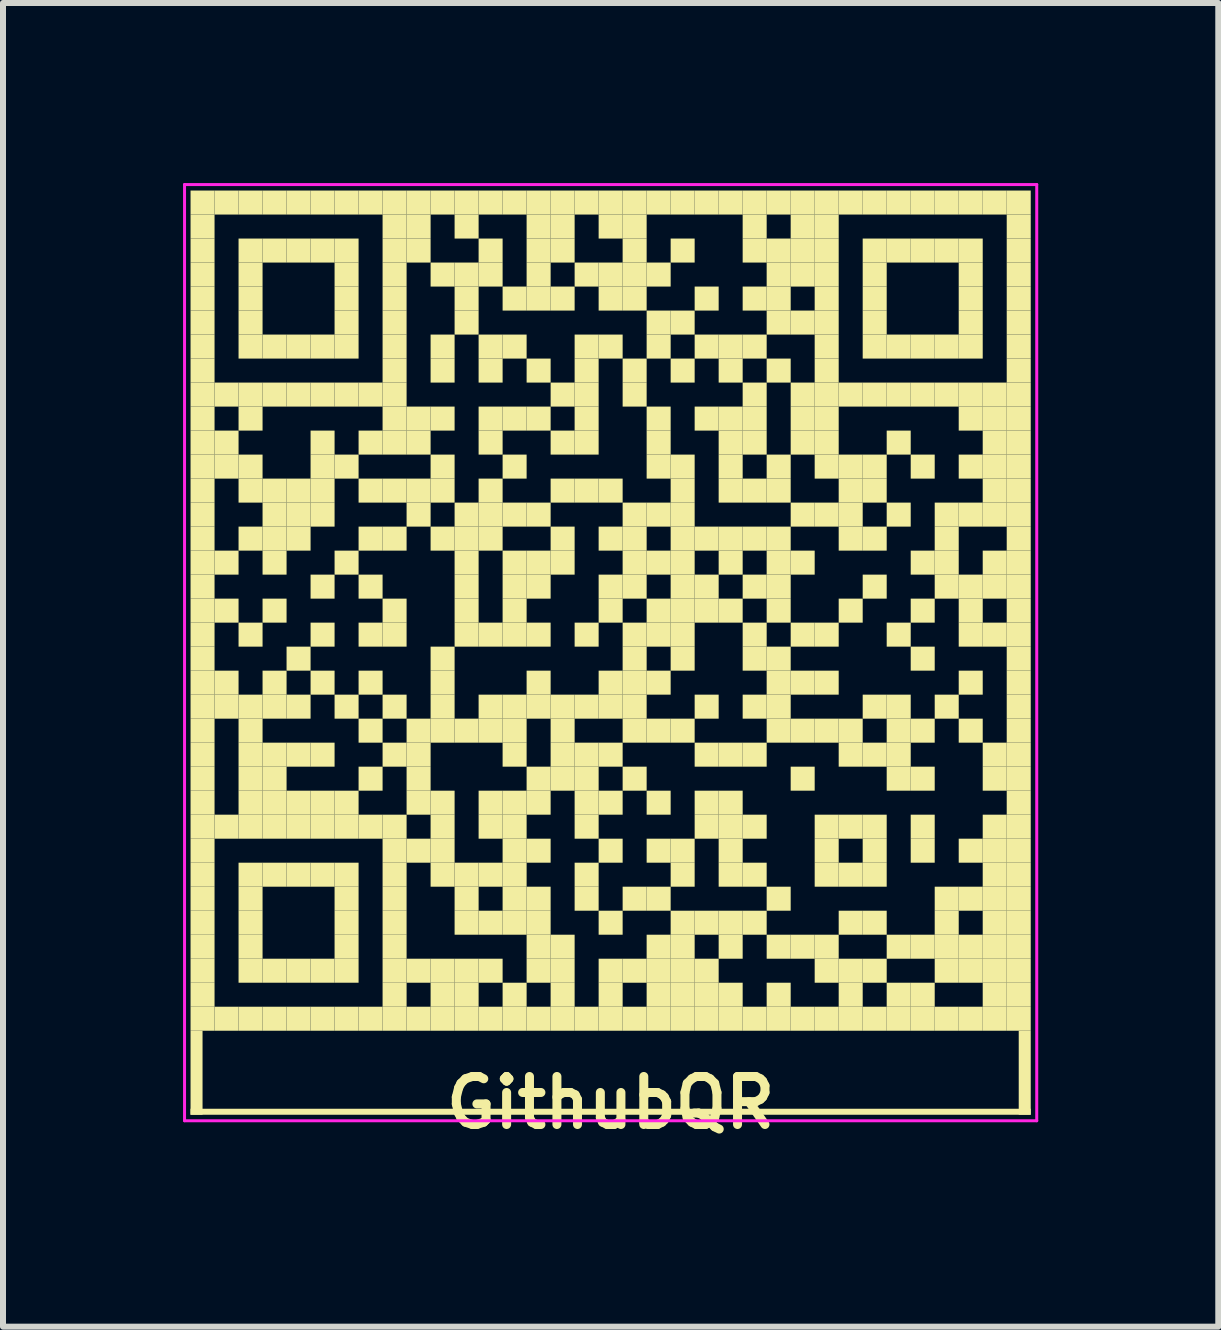
<source format=kicad_pcb>
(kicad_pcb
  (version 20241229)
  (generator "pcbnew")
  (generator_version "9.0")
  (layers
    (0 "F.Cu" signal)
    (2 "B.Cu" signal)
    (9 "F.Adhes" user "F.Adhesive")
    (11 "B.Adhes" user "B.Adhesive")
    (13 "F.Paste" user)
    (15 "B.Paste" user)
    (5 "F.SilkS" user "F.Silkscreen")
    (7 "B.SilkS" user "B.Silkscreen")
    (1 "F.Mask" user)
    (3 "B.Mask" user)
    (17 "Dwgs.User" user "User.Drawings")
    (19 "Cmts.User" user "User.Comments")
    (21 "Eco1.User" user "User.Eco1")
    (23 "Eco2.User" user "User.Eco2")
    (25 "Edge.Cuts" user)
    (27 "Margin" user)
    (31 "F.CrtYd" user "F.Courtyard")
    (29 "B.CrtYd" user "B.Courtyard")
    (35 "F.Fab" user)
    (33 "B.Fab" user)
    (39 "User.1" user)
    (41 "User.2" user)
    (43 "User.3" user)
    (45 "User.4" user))
  (footprint "GithubQR"
    (layer "F.Cu")
    (at 7.125 7.125)
    (property "Reference" "GithubQR" (at 0 8.2 0) (unlocked yes) (layer "F.SilkS") (effects (font (size 0.8 0.8) (thickness 0.15))))
    (attr board_only exclude_from_pos_files exclude_from_bom)
    (fp_rect (start -7 -7) (end -6.6 -6.6) (stroke (width 0) (type default)) (fill yes) (layer "F.SilkS"))
    (fp_rect (start -7 -6.6) (end -6.6 -6.2) (stroke (width 0) (type default)) (fill yes) (layer "F.SilkS"))
    (fp_rect (start -7 -6.2) (end -6.6 -5.8) (stroke (width 0) (type default)) (fill yes) (layer "F.SilkS"))
    (fp_rect (start -7 -5.8) (end -6.6 -5.4) (stroke (width 0) (type default)) (fill yes) (layer "F.SilkS"))
    (fp_rect (start -7 -5.4) (end -6.6 -5) (stroke (width 0) (type default)) (fill yes) (layer "F.SilkS"))
    (fp_rect (start -7 -5) (end -6.6 -4.6) (stroke (width 0) (type default)) (fill yes) (layer "F.SilkS"))
    (fp_rect (start -7 -4.6) (end -6.6 -4.2) (stroke (width 0) (type default)) (fill yes) (layer "F.SilkS"))
    (fp_rect (start -7 -4.2) (end -6.6 -3.8) (stroke (width 0) (type default)) (fill yes) (layer "F.SilkS"))
    (fp_rect (start -7 -3.8) (end -6.6 -3.4) (stroke (width 0) (type default)) (fill yes) (layer "F.SilkS"))
    (fp_rect (start -7 -3.4) (end -6.6 -3) (stroke (width 0) (type default)) (fill yes) (layer "F.SilkS"))
    (fp_rect (start -7 -3) (end -6.6 -2.6) (stroke (width 0) (type default)) (fill yes) (layer "F.SilkS"))
    (fp_rect (start -7 -2.6) (end -6.6 -2.2) (stroke (width 0) (type default)) (fill yes) (layer "F.SilkS"))
    (fp_rect (start -7 -2.2) (end -6.6 -1.8) (stroke (width 0) (type default)) (fill yes) (layer "F.SilkS"))
    (fp_rect (start -7 -1.8) (end -6.6 -1.4) (stroke (width 0) (type default)) (fill yes) (layer "F.SilkS"))
    (fp_rect (start -7 -1.4) (end -6.6 -1) (stroke (width 0) (type default)) (fill yes) (layer "F.SilkS"))
    (fp_rect (start -7 -1) (end -6.6 -0.6) (stroke (width 0) (type default)) (fill yes) (layer "F.SilkS"))
    (fp_rect (start -7 -0.6) (end -6.6 -0.2) (stroke (width 0) (type default)) (fill yes) (layer "F.SilkS"))
    (fp_rect (start -7 -0.2) (end -6.6 0.2) (stroke (width 0) (type default)) (fill yes) (layer "F.SilkS"))
    (fp_rect (start -7 0.2) (end -6.6 0.6) (stroke (width 0) (type default)) (fill yes) (layer "F.SilkS"))
    (fp_rect (start -7 0.6) (end -6.6 1) (stroke (width 0) (type default)) (fill yes) (layer "F.SilkS"))
    (fp_rect (start -7 1) (end -6.6 1.4) (stroke (width 0) (type default)) (fill yes) (layer "F.SilkS"))
    (fp_rect (start -7 1.4) (end -6.6 1.8) (stroke (width 0) (type default)) (fill yes) (layer "F.SilkS"))
    (fp_rect (start -7 1.8) (end -6.6 2.2) (stroke (width 0) (type default)) (fill yes) (layer "F.SilkS"))
    (fp_rect (start -7 2.2) (end -6.6 2.6) (stroke (width 0) (type default)) (fill yes) (layer "F.SilkS"))
    (fp_rect (start -7 2.6) (end -6.6 3) (stroke (width 0) (type default)) (fill yes) (layer "F.SilkS"))
    (fp_rect (start -7 3) (end -6.6 3.4) (stroke (width 0) (type default)) (fill yes) (layer "F.SilkS"))
    (fp_rect (start -7 3.4) (end -6.6 3.8) (stroke (width 0) (type default)) (fill yes) (layer "F.SilkS"))
    (fp_rect (start -7 3.8) (end -6.6 4.2) (stroke (width 0) (type default)) (fill yes) (layer "F.SilkS"))
    (fp_rect (start -7 4.2) (end -6.6 4.6) (stroke (width 0) (type default)) (fill yes) (layer "F.SilkS"))
    (fp_rect (start -7 4.6) (end -6.6 5) (stroke (width 0) (type default)) (fill yes) (layer "F.SilkS"))
    (fp_rect (start -7 5) (end -6.6 5.4) (stroke (width 0) (type default)) (fill yes) (layer "F.SilkS"))
    (fp_rect (start -7 5.4) (end -6.6 5.8) (stroke (width 0) (type default)) (fill yes) (layer "F.SilkS"))
    (fp_rect (start -7 5.8) (end -6.6 6.2) (stroke (width 0) (type default)) (fill yes) (layer "F.SilkS"))
    (fp_rect (start -7 6.2) (end -6.6 6.6) (stroke (width 0) (type default)) (fill yes) (layer "F.SilkS"))
    (fp_rect (start -7 6.6) (end -6.6 7) (stroke (width 0) (type default)) (fill yes) (layer "F.SilkS"))
    (fp_rect (start -7 7) (end -6.8 8.4) (stroke (width 0) (type solid)) (fill yes) (layer "F.SilkS"))
    (fp_rect (start -7 8.3) (end 7 8.4) (stroke (width 0) (type solid)) (fill yes) (layer "F.SilkS"))
    (fp_rect (start -6.6 -7) (end -6.2 -6.6) (stroke (width 0) (type default)) (fill yes) (layer "F.SilkS"))
    (fp_rect (start -6.6 -3.8) (end -6.2 -3.4) (stroke (width 0) (type default)) (fill yes) (layer "F.SilkS"))
    (fp_rect (start -6.6 -3) (end -6.2 -2.6) (stroke (width 0) (type default)) (fill yes) (layer "F.SilkS"))
    (fp_rect (start -6.6 -2.6) (end -6.2 -2.2) (stroke (width 0) (type default)) (fill yes) (layer "F.SilkS"))
    (fp_rect (start -6.6 -1) (end -6.2 -0.6) (stroke (width 0) (type default)) (fill yes) (layer "F.SilkS"))
    (fp_rect (start -6.6 -0.2) (end -6.2 0.2) (stroke (width 0) (type default)) (fill yes) (layer "F.SilkS"))
    (fp_rect (start -6.6 1) (end -6.2 1.4) (stroke (width 0) (type default)) (fill yes) (layer "F.SilkS"))
    (fp_rect (start -6.6 1.4) (end -6.2 1.8) (stroke (width 0) (type default)) (fill yes) (layer "F.SilkS"))
    (fp_rect (start -6.6 3.4) (end -6.2 3.8) (stroke (width 0) (type default)) (fill yes) (layer "F.SilkS"))
    (fp_rect (start -6.6 6.6) (end -6.2 7) (stroke (width 0) (type default)) (fill yes) (layer "F.SilkS"))
    (fp_rect (start -6.2 -7) (end -5.8 -6.6) (stroke (width 0) (type default)) (fill yes) (layer "F.SilkS"))
    (fp_rect (start -6.2 -6.2) (end -5.8 -5.8) (stroke (width 0) (type default)) (fill yes) (layer "F.SilkS"))
    (fp_rect (start -6.2 -5.8) (end -5.8 -5.4) (stroke (width 0) (type default)) (fill yes) (layer "F.SilkS"))
    (fp_rect (start -6.2 -5.4) (end -5.8 -5) (stroke (width 0) (type default)) (fill yes) (layer "F.SilkS"))
    (fp_rect (start -6.2 -5) (end -5.8 -4.6) (stroke (width 0) (type default)) (fill yes) (layer "F.SilkS"))
    (fp_rect (start -6.2 -4.6) (end -5.8 -4.2) (stroke (width 0) (type default)) (fill yes) (layer "F.SilkS"))
    (fp_rect (start -6.2 -3.8) (end -5.8 -3.4) (stroke (width 0) (type default)) (fill yes) (layer "F.SilkS"))
    (fp_rect (start -6.2 -3.4) (end -5.8 -3) (stroke (width 0) (type default)) (fill yes) (layer "F.SilkS"))
    (fp_rect (start -6.2 -2.6) (end -5.8 -2.2) (stroke (width 0) (type default)) (fill yes) (layer "F.SilkS"))
    (fp_rect (start -6.2 -2.2) (end -5.8 -1.8) (stroke (width 0) (type default)) (fill yes) (layer "F.SilkS"))
    (fp_rect (start -6.2 -1.4) (end -5.8 -1) (stroke (width 0) (type default)) (fill yes) (layer "F.SilkS"))
    (fp_rect (start -6.2 0.2) (end -5.8 0.6) (stroke (width 0) (type default)) (fill yes) (layer "F.SilkS"))
    (fp_rect (start -6.2 1.4) (end -5.8 1.8) (stroke (width 0) (type default)) (fill yes) (layer "F.SilkS"))
    (fp_rect (start -6.2 1.8) (end -5.8 2.2) (stroke (width 0) (type default)) (fill yes) (layer "F.SilkS"))
    (fp_rect (start -6.2 2.2) (end -5.8 2.6) (stroke (width 0) (type default)) (fill yes) (layer "F.SilkS"))
    (fp_rect (start -6.2 2.6) (end -5.8 3) (stroke (width 0) (type default)) (fill yes) (layer "F.SilkS"))
    (fp_rect (start -6.2 3) (end -5.8 3.4) (stroke (width 0) (type default)) (fill yes) (layer "F.SilkS"))
    (fp_rect (start -6.2 3.4) (end -5.8 3.8) (stroke (width 0) (type default)) (fill yes) (layer "F.SilkS"))
    (fp_rect (start -6.2 4.2) (end -5.8 4.6) (stroke (width 0) (type default)) (fill yes) (layer "F.SilkS"))
    (fp_rect (start -6.2 4.6) (end -5.8 5) (stroke (width 0) (type default)) (fill yes) (layer "F.SilkS"))
    (fp_rect (start -6.2 5) (end -5.8 5.4) (stroke (width 0) (type default)) (fill yes) (layer "F.SilkS"))
    (fp_rect (start -6.2 5.4) (end -5.8 5.8) (stroke (width 0) (type default)) (fill yes) (layer "F.SilkS"))
    (fp_rect (start -6.2 5.8) (end -5.8 6.2) (stroke (width 0) (type default)) (fill yes) (layer "F.SilkS"))
    (fp_rect (start -6.2 6.6) (end -5.8 7) (stroke (width 0) (type default)) (fill yes) (layer "F.SilkS"))
    (fp_rect (start -5.8 -7) (end -5.4 -6.6) (stroke (width 0) (type default)) (fill yes) (layer "F.SilkS"))
    (fp_rect (start -5.8 -6.2) (end -5.4 -5.8) (stroke (width 0) (type default)) (fill yes) (layer "F.SilkS"))
    (fp_rect (start -5.8 -4.6) (end -5.4 -4.2) (stroke (width 0) (type default)) (fill yes) (layer "F.SilkS"))
    (fp_rect (start -5.8 -3.8) (end -5.4 -3.4) (stroke (width 0) (type default)) (fill yes) (layer "F.SilkS"))
    (fp_rect (start -5.8 -2.2) (end -5.4 -1.8) (stroke (width 0) (type default)) (fill yes) (layer "F.SilkS"))
    (fp_rect (start -5.8 -1.8) (end -5.4 -1.4) (stroke (width 0) (type default)) (fill yes) (layer "F.SilkS"))
    (fp_rect (start -5.8 -1.4) (end -5.4 -1) (stroke (width 0) (type default)) (fill yes) (layer "F.SilkS"))
    (fp_rect (start -5.8 -1) (end -5.4 -0.6) (stroke (width 0) (type default)) (fill yes) (layer "F.SilkS"))
    (fp_rect (start -5.8 -0.2) (end -5.4 0.2) (stroke (width 0) (type default)) (fill yes) (layer "F.SilkS"))
    (fp_rect (start -5.8 1) (end -5.4 1.4) (stroke (width 0) (type default)) (fill yes) (layer "F.SilkS"))
    (fp_rect (start -5.8 1.4) (end -5.4 1.8) (stroke (width 0) (type default)) (fill yes) (layer "F.SilkS"))
    (fp_rect (start -5.8 2.2) (end -5.4 2.6) (stroke (width 0) (type default)) (fill yes) (layer "F.SilkS"))
    (fp_rect (start -5.8 2.6) (end -5.4 3) (stroke (width 0) (type default)) (fill yes) (layer "F.SilkS"))
    (fp_rect (start -5.8 3) (end -5.4 3.4) (stroke (width 0) (type default)) (fill yes) (layer "F.SilkS"))
    (fp_rect (start -5.8 3.4) (end -5.4 3.8) (stroke (width 0) (type default)) (fill yes) (layer "F.SilkS"))
    (fp_rect (start -5.8 4.2) (end -5.4 4.6) (stroke (width 0) (type default)) (fill yes) (layer "F.SilkS"))
    (fp_rect (start -5.8 5.8) (end -5.4 6.2) (stroke (width 0) (type default)) (fill yes) (layer "F.SilkS"))
    (fp_rect (start -5.8 6.6) (end -5.4 7) (stroke (width 0) (type default)) (fill yes) (layer "F.SilkS"))
    (fp_rect (start -5.4 -7) (end -5 -6.6) (stroke (width 0) (type default)) (fill yes) (layer "F.SilkS"))
    (fp_rect (start -5.4 -6.2) (end -5 -5.8) (stroke (width 0) (type default)) (fill yes) (layer "F.SilkS"))
    (fp_rect (start -5.4 -4.6) (end -5 -4.2) (stroke (width 0) (type default)) (fill yes) (layer "F.SilkS"))
    (fp_rect (start -5.4 -3.8) (end -5 -3.4) (stroke (width 0) (type default)) (fill yes) (layer "F.SilkS"))
    (fp_rect (start -5.4 -2.2) (end -5 -1.8) (stroke (width 0) (type default)) (fill yes) (layer "F.SilkS"))
    (fp_rect (start -5.4 -1.8) (end -5 -1.4) (stroke (width 0) (type default)) (fill yes) (layer "F.SilkS"))
    (fp_rect (start -5.4 -1.4) (end -5 -1) (stroke (width 0) (type default)) (fill yes) (layer "F.SilkS"))
    (fp_rect (start -5.4 0.6) (end -5 1) (stroke (width 0) (type default)) (fill yes) (layer "F.SilkS"))
    (fp_rect (start -5.4 1.4) (end -5 1.8) (stroke (width 0) (type default)) (fill yes) (layer "F.SilkS"))
    (fp_rect (start -5.4 2.2) (end -5 2.6) (stroke (width 0) (type default)) (fill yes) (layer "F.SilkS"))
    (fp_rect (start -5.4 3) (end -5 3.4) (stroke (width 0) (type default)) (fill yes) (layer "F.SilkS"))
    (fp_rect (start -5.4 3.4) (end -5 3.8) (stroke (width 0) (type default)) (fill yes) (layer "F.SilkS"))
    (fp_rect (start -5.4 4.2) (end -5 4.6) (stroke (width 0) (type default)) (fill yes) (layer "F.SilkS"))
    (fp_rect (start -5.4 5.8) (end -5 6.2) (stroke (width 0) (type default)) (fill yes) (layer "F.SilkS"))
    (fp_rect (start -5.4 6.6) (end -5 7) (stroke (width 0) (type default)) (fill yes) (layer "F.SilkS"))
    (fp_rect (start -5 -7) (end -4.6 -6.6) (stroke (width 0) (type default)) (fill yes) (layer "F.SilkS"))
    (fp_rect (start -5 -6.2) (end -4.6 -5.8) (stroke (width 0) (type default)) (fill yes) (layer "F.SilkS"))
    (fp_rect (start -5 -4.6) (end -4.6 -4.2) (stroke (width 0) (type default)) (fill yes) (layer "F.SilkS"))
    (fp_rect (start -5 -3.8) (end -4.6 -3.4) (stroke (width 0) (type default)) (fill yes) (layer "F.SilkS"))
    (fp_rect (start -5 -3) (end -4.6 -2.6) (stroke (width 0) (type default)) (fill yes) (layer "F.SilkS"))
    (fp_rect (start -5 -2.6) (end -4.6 -2.2) (stroke (width 0) (type default)) (fill yes) (layer "F.SilkS"))
    (fp_rect (start -5 -2.2) (end -4.6 -1.8) (stroke (width 0) (type default)) (fill yes) (layer "F.SilkS"))
    (fp_rect (start -5 -1.8) (end -4.6 -1.4) (stroke (width 0) (type default)) (fill yes) (layer "F.SilkS"))
    (fp_rect (start -5 -0.6) (end -4.6 -0.2) (stroke (width 0) (type default)) (fill yes) (layer "F.SilkS"))
    (fp_rect (start -5 0.2) (end -4.6 0.6) (stroke (width 0) (type default)) (fill yes) (layer "F.SilkS"))
    (fp_rect (start -5 1) (end -4.6 1.4) (stroke (width 0) (type default)) (fill yes) (layer "F.SilkS"))
    (fp_rect (start -5 2.2) (end -4.6 2.6) (stroke (width 0) (type default)) (fill yes) (layer "F.SilkS"))
    (fp_rect (start -5 3) (end -4.6 3.4) (stroke (width 0) (type default)) (fill yes) (layer "F.SilkS"))
    (fp_rect (start -5 3.4) (end -4.6 3.8) (stroke (width 0) (type default)) (fill yes) (layer "F.SilkS"))
    (fp_rect (start -5 4.2) (end -4.6 4.6) (stroke (width 0) (type default)) (fill yes) (layer "F.SilkS"))
    (fp_rect (start -5 5.8) (end -4.6 6.2) (stroke (width 0) (type default)) (fill yes) (layer "F.SilkS"))
    (fp_rect (start -5 6.6) (end -4.6 7) (stroke (width 0) (type default)) (fill yes) (layer "F.SilkS"))
    (fp_rect (start -4.6 -7) (end -4.2 -6.6) (stroke (width 0) (type default)) (fill yes) (layer "F.SilkS"))
    (fp_rect (start -4.6 -6.2) (end -4.2 -5.8) (stroke (width 0) (type default)) (fill yes) (layer "F.SilkS"))
    (fp_rect (start -4.6 -5.8) (end -4.2 -5.4) (stroke (width 0) (type default)) (fill yes) (layer "F.SilkS"))
    (fp_rect (start -4.6 -5.4) (end -4.2 -5) (stroke (width 0) (type default)) (fill yes) (layer "F.SilkS"))
    (fp_rect (start -4.6 -5) (end -4.2 -4.6) (stroke (width 0) (type default)) (fill yes) (layer "F.SilkS"))
    (fp_rect (start -4.6 -4.6) (end -4.2 -4.2) (stroke (width 0) (type default)) (fill yes) (layer "F.SilkS"))
    (fp_rect (start -4.6 -3.8) (end -4.2 -3.4) (stroke (width 0) (type default)) (fill yes) (layer "F.SilkS"))
    (fp_rect (start -4.6 -2.6) (end -4.2 -2.2) (stroke (width 0) (type default)) (fill yes) (layer "F.SilkS"))
    (fp_rect (start -4.6 -1) (end -4.2 -0.6) (stroke (width 0) (type default)) (fill yes) (layer "F.SilkS"))
    (fp_rect (start -4.6 1.4) (end -4.2 1.8) (stroke (width 0) (type default)) (fill yes) (layer "F.SilkS"))
    (fp_rect (start -4.6 3) (end -4.2 3.4) (stroke (width 0) (type default)) (fill yes) (layer "F.SilkS"))
    (fp_rect (start -4.6 3.4) (end -4.2 3.8) (stroke (width 0) (type default)) (fill yes) (layer "F.SilkS"))
    (fp_rect (start -4.6 4.2) (end -4.2 4.6) (stroke (width 0) (type default)) (fill yes) (layer "F.SilkS"))
    (fp_rect (start -4.6 4.6) (end -4.2 5) (stroke (width 0) (type default)) (fill yes) (layer "F.SilkS"))
    (fp_rect (start -4.6 5) (end -4.2 5.4) (stroke (width 0) (type default)) (fill yes) (layer "F.SilkS"))
    (fp_rect (start -4.6 5.4) (end -4.2 5.8) (stroke (width 0) (type default)) (fill yes) (layer "F.SilkS"))
    (fp_rect (start -4.6 5.8) (end -4.2 6.2) (stroke (width 0) (type default)) (fill yes) (layer "F.SilkS"))
    (fp_rect (start -4.6 6.6) (end -4.2 7) (stroke (width 0) (type default)) (fill yes) (layer "F.SilkS"))
    (fp_rect (start -4.2 -7) (end -3.8 -6.6) (stroke (width 0) (type default)) (fill yes) (layer "F.SilkS"))
    (fp_rect (start -4.2 -3.8) (end -3.8 -3.4) (stroke (width 0) (type default)) (fill yes) (layer "F.SilkS"))
    (fp_rect (start -4.2 -3) (end -3.8 -2.6) (stroke (width 0) (type default)) (fill yes) (layer "F.SilkS"))
    (fp_rect (start -4.2 -2.2) (end -3.8 -1.8) (stroke (width 0) (type default)) (fill yes) (layer "F.SilkS"))
    (fp_rect (start -4.2 -1.4) (end -3.8 -1) (stroke (width 0) (type default)) (fill yes) (layer "F.SilkS"))
    (fp_rect (start -4.2 -0.6) (end -3.8 -0.2) (stroke (width 0) (type default)) (fill yes) (layer "F.SilkS"))
    (fp_rect (start -4.2 0.2) (end -3.8 0.6) (stroke (width 0) (type default)) (fill yes) (layer "F.SilkS"))
    (fp_rect (start -4.2 1) (end -3.8 1.4) (stroke (width 0) (type default)) (fill yes) (layer "F.SilkS"))
    (fp_rect (start -4.2 1.8) (end -3.8 2.2) (stroke (width 0) (type default)) (fill yes) (layer "F.SilkS"))
    (fp_rect (start -4.2 2.6) (end -3.8 3) (stroke (width 0) (type default)) (fill yes) (layer "F.SilkS"))
    (fp_rect (start -4.2 3.4) (end -3.8 3.8) (stroke (width 0) (type default)) (fill yes) (layer "F.SilkS"))
    (fp_rect (start -4.2 6.6) (end -3.8 7) (stroke (width 0) (type default)) (fill yes) (layer "F.SilkS"))
    (fp_rect (start -3.8 -7) (end -3.4 -6.6) (stroke (width 0) (type default)) (fill yes) (layer "F.SilkS"))
    (fp_rect (start -3.8 -6.6) (end -3.4 -6.2) (stroke (width 0) (type default)) (fill yes) (layer "F.SilkS"))
    (fp_rect (start -3.8 -6.2) (end -3.4 -5.8) (stroke (width 0) (type default)) (fill yes) (layer "F.SilkS"))
    (fp_rect (start -3.8 -5.8) (end -3.4 -5.4) (stroke (width 0) (type default)) (fill yes) (layer "F.SilkS"))
    (fp_rect (start -3.8 -5.4) (end -3.4 -5) (stroke (width 0) (type default)) (fill yes) (layer "F.SilkS"))
    (fp_rect (start -3.8 -5) (end -3.4 -4.6) (stroke (width 0) (type default)) (fill yes) (layer "F.SilkS"))
    (fp_rect (start -3.8 -4.6) (end -3.4 -4.2) (stroke (width 0) (type default)) (fill yes) (layer "F.SilkS"))
    (fp_rect (start -3.8 -4.2) (end -3.4 -3.8) (stroke (width 0) (type default)) (fill yes) (layer "F.SilkS"))
    (fp_rect (start -3.8 -3.8) (end -3.4 -3.4) (stroke (width 0) (type default)) (fill yes) (layer "F.SilkS"))
    (fp_rect (start -3.8 -3.4) (end -3.4 -3) (stroke (width 0) (type default)) (fill yes) (layer "F.SilkS"))
    (fp_rect (start -3.8 -3) (end -3.4 -2.6) (stroke (width 0) (type default)) (fill yes) (layer "F.SilkS"))
    (fp_rect (start -3.8 -2.2) (end -3.4 -1.8) (stroke (width 0) (type default)) (fill yes) (layer "F.SilkS"))
    (fp_rect (start -3.8 -1.4) (end -3.4 -1) (stroke (width 0) (type default)) (fill yes) (layer "F.SilkS"))
    (fp_rect (start -3.8 -0.2) (end -3.4 0.2) (stroke (width 0) (type default)) (fill yes) (layer "F.SilkS"))
    (fp_rect (start -3.8 0.2) (end -3.4 0.6) (stroke (width 0) (type default)) (fill yes) (layer "F.SilkS"))
    (fp_rect (start -3.8 1.4) (end -3.4 1.8) (stroke (width 0) (type default)) (fill yes) (layer "F.SilkS"))
    (fp_rect (start -3.8 2.2) (end -3.4 2.6) (stroke (width 0) (type default)) (fill yes) (layer "F.SilkS"))
    (fp_rect (start -3.8 3.4) (end -3.4 3.8) (stroke (width 0) (type default)) (fill yes) (layer "F.SilkS"))
    (fp_rect (start -3.8 3.8) (end -3.4 4.2) (stroke (width 0) (type default)) (fill yes) (layer "F.SilkS"))
    (fp_rect (start -3.8 4.2) (end -3.4 4.6) (stroke (width 0) (type default)) (fill yes) (layer "F.SilkS"))
    (fp_rect (start -3.8 4.6) (end -3.4 5) (stroke (width 0) (type default)) (fill yes) (layer "F.SilkS"))
    (fp_rect (start -3.8 5) (end -3.4 5.4) (stroke (width 0) (type default)) (fill yes) (layer "F.SilkS"))
    (fp_rect (start -3.8 5.4) (end -3.4 5.8) (stroke (width 0) (type default)) (fill yes) (layer "F.SilkS"))
    (fp_rect (start -3.8 5.8) (end -3.4 6.2) (stroke (width 0) (type default)) (fill yes) (layer "F.SilkS"))
    (fp_rect (start -3.8 6.2) (end -3.4 6.6) (stroke (width 0) (type default)) (fill yes) (layer "F.SilkS"))
    (fp_rect (start -3.8 6.6) (end -3.4 7) (stroke (width 0) (type default)) (fill yes) (layer "F.SilkS"))
    (fp_rect (start -3.4 -7) (end -3 -6.6) (stroke (width 0) (type default)) (fill yes) (layer "F.SilkS"))
    (fp_rect (start -3.4 -6.6) (end -3 -6.2) (stroke (width 0) (type default)) (fill yes) (layer "F.SilkS"))
    (fp_rect (start -3.4 -6.2) (end -3 -5.8) (stroke (width 0) (type default)) (fill yes) (layer "F.SilkS"))
    (fp_rect (start -3.4 -3.4) (end -3 -3) (stroke (width 0) (type default)) (fill yes) (layer "F.SilkS"))
    (fp_rect (start -3.4 -3) (end -3 -2.6) (stroke (width 0) (type default)) (fill yes) (layer "F.SilkS"))
    (fp_rect (start -3.4 -2.2) (end -3 -1.8) (stroke (width 0) (type default)) (fill yes) (layer "F.SilkS"))
    (fp_rect (start -3.4 -1.8) (end -3 -1.4) (stroke (width 0) (type default)) (fill yes) (layer "F.SilkS"))
    (fp_rect (start -3.4 1.8) (end -3 2.2) (stroke (width 0) (type default)) (fill yes) (layer "F.SilkS"))
    (fp_rect (start -3.4 2.2) (end -3 2.6) (stroke (width 0) (type default)) (fill yes) (layer "F.SilkS"))
    (fp_rect (start -3.4 2.6) (end -3 3) (stroke (width 0) (type default)) (fill yes) (layer "F.SilkS"))
    (fp_rect (start -3.4 3) (end -3 3.4) (stroke (width 0) (type default)) (fill yes) (layer "F.SilkS"))
    (fp_rect (start -3.4 3.8) (end -3 4.2) (stroke (width 0) (type default)) (fill yes) (layer "F.SilkS"))
    (fp_rect (start -3.4 5.8) (end -3 6.2) (stroke (width 0) (type default)) (fill yes) (layer "F.SilkS"))
    (fp_rect (start -3.4 6.6) (end -3 7) (stroke (width 0) (type default)) (fill yes) (layer "F.SilkS"))
    (fp_rect (start -3 -7) (end -2.6 -6.6) (stroke (width 0) (type default)) (fill yes) (layer "F.SilkS"))
    (fp_rect (start -3 -5.8) (end -2.6 -5.4) (stroke (width 0) (type default)) (fill yes) (layer "F.SilkS"))
    (fp_rect (start -3 -4.6) (end -2.6 -4.2) (stroke (width 0) (type default)) (fill yes) (layer "F.SilkS"))
    (fp_rect (start -3 -4.2) (end -2.6 -3.8) (stroke (width 0) (type default)) (fill yes) (layer "F.SilkS"))
    (fp_rect (start -3 -3.4) (end -2.6 -3) (stroke (width 0) (type default)) (fill yes) (layer "F.SilkS"))
    (fp_rect (start -3 -2.6) (end -2.6 -2.2) (stroke (width 0) (type default)) (fill yes) (layer "F.SilkS"))
    (fp_rect (start -3 -2.2) (end -2.6 -1.8) (stroke (width 0) (type default)) (fill yes) (layer "F.SilkS"))
    (fp_rect (start -3 -1.4) (end -2.6 -1) (stroke (width 0) (type default)) (fill yes) (layer "F.SilkS"))
    (fp_rect (start -3 0.6) (end -2.6 1) (stroke (width 0) (type default)) (fill yes) (layer "F.SilkS"))
    (fp_rect (start -3 1) (end -2.6 1.4) (stroke (width 0) (type default)) (fill yes) (layer "F.SilkS"))
    (fp_rect (start -3 1.4) (end -2.6 1.8) (stroke (width 0) (type default)) (fill yes) (layer "F.SilkS"))
    (fp_rect (start -3 1.8) (end -2.6 2.2) (stroke (width 0) (type default)) (fill yes) (layer "F.SilkS"))
    (fp_rect (start -3 3) (end -2.6 3.4) (stroke (width 0) (type default)) (fill yes) (layer "F.SilkS"))
    (fp_rect (start -3 3.4) (end -2.6 3.8) (stroke (width 0) (type default)) (fill yes) (layer "F.SilkS"))
    (fp_rect (start -3 3.8) (end -2.6 4.2) (stroke (width 0) (type default)) (fill yes) (layer "F.SilkS"))
    (fp_rect (start -3 4.2) (end -2.6 4.6) (stroke (width 0) (type default)) (fill yes) (layer "F.SilkS"))
    (fp_rect (start -3 5.8) (end -2.6 6.2) (stroke (width 0) (type default)) (fill yes) (layer "F.SilkS"))
    (fp_rect (start -3 6.2) (end -2.6 6.6) (stroke (width 0) (type default)) (fill yes) (layer "F.SilkS"))
    (fp_rect (start -3 6.6) (end -2.6 7) (stroke (width 0) (type default)) (fill yes) (layer "F.SilkS"))
    (fp_rect (start -2.6 -7) (end -2.2 -6.6) (stroke (width 0) (type default)) (fill yes) (layer "F.SilkS"))
    (fp_rect (start -2.6 -6.6) (end -2.2 -6.2) (stroke (width 0) (type default)) (fill yes) (layer "F.SilkS"))
    (fp_rect (start -2.6 -5.8) (end -2.2 -5.4) (stroke (width 0) (type default)) (fill yes) (layer "F.SilkS"))
    (fp_rect (start -2.6 -5.4) (end -2.2 -5) (stroke (width 0) (type default)) (fill yes) (layer "F.SilkS"))
    (fp_rect (start -2.6 -5) (end -2.2 -4.6) (stroke (width 0) (type default)) (fill yes) (layer "F.SilkS"))
    (fp_rect (start -2.6 -1.8) (end -2.2 -1.4) (stroke (width 0) (type default)) (fill yes) (layer "F.SilkS"))
    (fp_rect (start -2.6 -1.4) (end -2.2 -1) (stroke (width 0) (type default)) (fill yes) (layer "F.SilkS"))
    (fp_rect (start -2.6 -1) (end -2.2 -0.6) (stroke (width 0) (type default)) (fill yes) (layer "F.SilkS"))
    (fp_rect (start -2.6 -0.6) (end -2.2 -0.2) (stroke (width 0) (type default)) (fill yes) (layer "F.SilkS"))
    (fp_rect (start -2.6 -0.2) (end -2.2 0.2) (stroke (width 0) (type default)) (fill yes) (layer "F.SilkS"))
    (fp_rect (start -2.6 0.2) (end -2.2 0.6) (stroke (width 0) (type default)) (fill yes) (layer "F.SilkS"))
    (fp_rect (start -2.6 1.8) (end -2.2 2.2) (stroke (width 0) (type default)) (fill yes) (layer "F.SilkS"))
    (fp_rect (start -2.6 4.2) (end -2.2 4.6) (stroke (width 0) (type default)) (fill yes) (layer "F.SilkS"))
    (fp_rect (start -2.6 4.6) (end -2.2 5) (stroke (width 0) (type default)) (fill yes) (layer "F.SilkS"))
    (fp_rect (start -2.6 5) (end -2.2 5.4) (stroke (width 0) (type default)) (fill yes) (layer "F.SilkS"))
    (fp_rect (start -2.6 5.8) (end -2.2 6.2) (stroke (width 0) (type default)) (fill yes) (layer "F.SilkS"))
    (fp_rect (start -2.6 6.2) (end -2.2 6.6) (stroke (width 0) (type default)) (fill yes) (layer "F.SilkS"))
    (fp_rect (start -2.6 6.6) (end -2.2 7) (stroke (width 0) (type default)) (fill yes) (layer "F.SilkS"))
    (fp_rect (start -2.2 -7) (end -1.8 -6.6) (stroke (width 0) (type default)) (fill yes) (layer "F.SilkS"))
    (fp_rect (start -2.2 -6.2) (end -1.8 -5.8) (stroke (width 0) (type default)) (fill yes) (layer "F.SilkS"))
    (fp_rect (start -2.2 -5.8) (end -1.8 -5.4) (stroke (width 0) (type default)) (fill yes) (layer "F.SilkS"))
    (fp_rect (start -2.2 -4.6) (end -1.8 -4.2) (stroke (width 0) (type default)) (fill yes) (layer "F.SilkS"))
    (fp_rect (start -2.2 -4.2) (end -1.8 -3.8) (stroke (width 0) (type default)) (fill yes) (layer "F.SilkS"))
    (fp_rect (start -2.2 -3.4) (end -1.8 -3) (stroke (width 0) (type default)) (fill yes) (layer "F.SilkS"))
    (fp_rect (start -2.2 -3) (end -1.8 -2.6) (stroke (width 0) (type default)) (fill yes) (layer "F.SilkS"))
    (fp_rect (start -2.2 -2.2) (end -1.8 -1.8) (stroke (width 0) (type default)) (fill yes) (layer "F.SilkS"))
    (fp_rect (start -2.2 -1.8) (end -1.8 -1.4) (stroke (width 0) (type default)) (fill yes) (layer "F.SilkS"))
    (fp_rect (start -2.2 -1.4) (end -1.8 -1) (stroke (width 0) (type default)) (fill yes) (layer "F.SilkS"))
    (fp_rect (start -2.2 0.2) (end -1.8 0.6) (stroke (width 0) (type default)) (fill yes) (layer "F.SilkS"))
    (fp_rect (start -2.2 1.4) (end -1.8 1.8) (stroke (width 0) (type default)) (fill yes) (layer "F.SilkS"))
    (fp_rect (start -2.2 1.8) (end -1.8 2.2) (stroke (width 0) (type default)) (fill yes) (layer "F.SilkS"))
    (fp_rect (start -2.2 3) (end -1.8 3.4) (stroke (width 0) (type default)) (fill yes) (layer "F.SilkS"))
    (fp_rect (start -2.2 3.4) (end -1.8 3.8) (stroke (width 0) (type default)) (fill yes) (layer "F.SilkS"))
    (fp_rect (start -2.2 4.2) (end -1.8 4.6) (stroke (width 0) (type default)) (fill yes) (layer "F.SilkS"))
    (fp_rect (start -2.2 5) (end -1.8 5.4) (stroke (width 0) (type default)) (fill yes) (layer "F.SilkS"))
    (fp_rect (start -2.2 5.8) (end -1.8 6.2) (stroke (width 0) (type default)) (fill yes) (layer "F.SilkS"))
    (fp_rect (start -2.2 6.6) (end -1.8 7) (stroke (width 0) (type default)) (fill yes) (layer "F.SilkS"))
    (fp_rect (start -1.8 -7) (end -1.4 -6.6) (stroke (width 0) (type default)) (fill yes) (layer "F.SilkS"))
    (fp_rect (start -1.8 -5.4) (end -1.4 -5) (stroke (width 0) (type default)) (fill yes) (layer "F.SilkS"))
    (fp_rect (start -1.8 -4.6) (end -1.4 -4.2) (stroke (width 0) (type default)) (fill yes) (layer "F.SilkS"))
    (fp_rect (start -1.8 -3.4) (end -1.4 -3) (stroke (width 0) (type default)) (fill yes) (layer "F.SilkS"))
    (fp_rect (start -1.8 -2.6) (end -1.4 -2.2) (stroke (width 0) (type default)) (fill yes) (layer "F.SilkS"))
    (fp_rect (start -1.8 -1.8) (end -1.4 -1.4) (stroke (width 0) (type default)) (fill yes) (layer "F.SilkS"))
    (fp_rect (start -1.8 -1) (end -1.4 -0.6) (stroke (width 0) (type default)) (fill yes) (layer "F.SilkS"))
    (fp_rect (start -1.8 -0.6) (end -1.4 -0.2) (stroke (width 0) (type default)) (fill yes) (layer "F.SilkS"))
    (fp_rect (start -1.8 -0.2) (end -1.4 0.2) (stroke (width 0) (type default)) (fill yes) (layer "F.SilkS"))
    (fp_rect (start -1.8 0.2) (end -1.4 0.6) (stroke (width 0) (type default)) (fill yes) (layer "F.SilkS"))
    (fp_rect (start -1.8 1.4) (end -1.4 1.8) (stroke (width 0) (type default)) (fill yes) (layer "F.SilkS"))
    (fp_rect (start -1.8 1.8) (end -1.4 2.2) (stroke (width 0) (type default)) (fill yes) (layer "F.SilkS"))
    (fp_rect (start -1.8 2.2) (end -1.4 2.6) (stroke (width 0) (type default)) (fill yes) (layer "F.SilkS"))
    (fp_rect (start -1.8 3) (end -1.4 3.4) (stroke (width 0) (type default)) (fill yes) (layer "F.SilkS"))
    (fp_rect (start -1.8 3.4) (end -1.4 3.8) (stroke (width 0) (type default)) (fill yes) (layer "F.SilkS"))
    (fp_rect (start -1.8 3.8) (end -1.4 4.2) (stroke (width 0) (type default)) (fill yes) (layer "F.SilkS"))
    (fp_rect (start -1.8 4.2) (end -1.4 4.6) (stroke (width 0) (type default)) (fill yes) (layer "F.SilkS"))
    (fp_rect (start -1.8 4.6) (end -1.4 5) (stroke (width 0) (type default)) (fill yes) (layer "F.SilkS"))
    (fp_rect (start -1.8 5) (end -1.4 5.4) (stroke (width 0) (type default)) (fill yes) (layer "F.SilkS"))
    (fp_rect (start -1.8 6.2) (end -1.4 6.6) (stroke (width 0) (type default)) (fill yes) (layer "F.SilkS"))
    (fp_rect (start -1.8 6.6) (end -1.4 7) (stroke (width 0) (type default)) (fill yes) (layer "F.SilkS"))
    (fp_rect (start -1.4 -7) (end -1 -6.6) (stroke (width 0) (type default)) (fill yes) (layer "F.SilkS"))
    (fp_rect (start -1.4 -6.6) (end -1 -6.2) (stroke (width 0) (type default)) (fill yes) (layer "F.SilkS"))
    (fp_rect (start -1.4 -6.2) (end -1 -5.8) (stroke (width 0) (type default)) (fill yes) (layer "F.SilkS"))
    (fp_rect (start -1.4 -5.8) (end -1 -5.4) (stroke (width 0) (type default)) (fill yes) (layer "F.SilkS"))
    (fp_rect (start -1.4 -5.4) (end -1 -5) (stroke (width 0) (type default)) (fill yes) (layer "F.SilkS"))
    (fp_rect (start -1.4 -4.2) (end -1 -3.8) (stroke (width 0) (type default)) (fill yes) (layer "F.SilkS"))
    (fp_rect (start -1.4 -3.4) (end -1 -3) (stroke (width 0) (type default)) (fill yes) (layer "F.SilkS"))
    (fp_rect (start -1.4 -1.8) (end -1 -1.4) (stroke (width 0) (type default)) (fill yes) (layer "F.SilkS"))
    (fp_rect (start -1.4 -1) (end -1 -0.6) (stroke (width 0) (type default)) (fill yes) (layer "F.SilkS"))
    (fp_rect (start -1.4 -0.6) (end -1 -0.2) (stroke (width 0) (type default)) (fill yes) (layer "F.SilkS"))
    (fp_rect (start -1.4 0.2) (end -1 0.6) (stroke (width 0) (type default)) (fill yes) (layer "F.SilkS"))
    (fp_rect (start -1.4 1) (end -1 1.4) (stroke (width 0) (type default)) (fill yes) (layer "F.SilkS"))
    (fp_rect (start -1.4 1.4) (end -1 1.8) (stroke (width 0) (type default)) (fill yes) (layer "F.SilkS"))
    (fp_rect (start -1.4 2.6) (end -1 3) (stroke (width 0) (type default)) (fill yes) (layer "F.SilkS"))
    (fp_rect (start -1.4 3) (end -1 3.4) (stroke (width 0) (type default)) (fill yes) (layer "F.SilkS"))
    (fp_rect (start -1.4 3.8) (end -1 4.2) (stroke (width 0) (type default)) (fill yes) (layer "F.SilkS"))
    (fp_rect (start -1.4 4.6) (end -1 5) (stroke (width 0) (type default)) (fill yes) (layer "F.SilkS"))
    (fp_rect (start -1.4 5) (end -1 5.4) (stroke (width 0) (type default)) (fill yes) (layer "F.SilkS"))
    (fp_rect (start -1.4 5.4) (end -1 5.8) (stroke (width 0) (type default)) (fill yes) (layer "F.SilkS"))
    (fp_rect (start -1.4 5.8) (end -1 6.2) (stroke (width 0) (type default)) (fill yes) (layer "F.SilkS"))
    (fp_rect (start -1.4 6.6) (end -1 7) (stroke (width 0) (type default)) (fill yes) (layer "F.SilkS"))
    (fp_rect (start -1 -7) (end -0.6 -6.6) (stroke (width 0) (type default)) (fill yes) (layer "F.SilkS"))
    (fp_rect (start -1 -6.6) (end -0.6 -6.2) (stroke (width 0) (type default)) (fill yes) (layer "F.SilkS"))
    (fp_rect (start -1 -6.2) (end -0.6 -5.8) (stroke (width 0) (type default)) (fill yes) (layer "F.SilkS"))
    (fp_rect (start -1 -5.4) (end -0.6 -5) (stroke (width 0) (type default)) (fill yes) (layer "F.SilkS"))
    (fp_rect (start -1 -3.8) (end -0.6 -3.4) (stroke (width 0) (type default)) (fill yes) (layer "F.SilkS"))
    (fp_rect (start -1 -3) (end -0.6 -2.6) (stroke (width 0) (type default)) (fill yes) (layer "F.SilkS"))
    (fp_rect (start -1 -2.2) (end -0.6 -1.8) (stroke (width 0) (type default)) (fill yes) (layer "F.SilkS"))
    (fp_rect (start -1 -1.4) (end -0.6 -1) (stroke (width 0) (type default)) (fill yes) (layer "F.SilkS"))
    (fp_rect (start -1 -1) (end -0.6 -0.6) (stroke (width 0) (type default)) (fill yes) (layer "F.SilkS"))
    (fp_rect (start -1 1.4) (end -0.6 1.8) (stroke (width 0) (type default)) (fill yes) (layer "F.SilkS"))
    (fp_rect (start -1 1.8) (end -0.6 2.2) (stroke (width 0) (type default)) (fill yes) (layer "F.SilkS"))
    (fp_rect (start -1 2.2) (end -0.6 2.6) (stroke (width 0) (type default)) (fill yes) (layer "F.SilkS"))
    (fp_rect (start -1 2.6) (end -0.6 3) (stroke (width 0) (type default)) (fill yes) (layer "F.SilkS"))
    (fp_rect (start -1 5.4) (end -0.6 5.8) (stroke (width 0) (type default)) (fill yes) (layer "F.SilkS"))
    (fp_rect (start -1 5.8) (end -0.6 6.2) (stroke (width 0) (type default)) (fill yes) (layer "F.SilkS"))
    (fp_rect (start -1 6.2) (end -0.6 6.6) (stroke (width 0) (type default)) (fill yes) (layer "F.SilkS"))
    (fp_rect (start -1 6.6) (end -0.6 7) (stroke (width 0) (type default)) (fill yes) (layer "F.SilkS"))
    (fp_rect (start -0.6 -7) (end -0.2 -6.6) (stroke (width 0) (type default)) (fill yes) (layer "F.SilkS"))
    (fp_rect (start -0.6 -5.8) (end -0.2 -5.4) (stroke (width 0) (type default)) (fill yes) (layer "F.SilkS"))
    (fp_rect (start -0.6 -4.6) (end -0.2 -4.2) (stroke (width 0) (type default)) (fill yes) (layer "F.SilkS"))
    (fp_rect (start -0.6 -4.2) (end -0.2 -3.8) (stroke (width 0) (type default)) (fill yes) (layer "F.SilkS"))
    (fp_rect (start -0.6 -3.8) (end -0.2 -3.4) (stroke (width 0) (type default)) (fill yes) (layer "F.SilkS"))
    (fp_rect (start -0.6 -3.4) (end -0.2 -3) (stroke (width 0) (type default)) (fill yes) (layer "F.SilkS"))
    (fp_rect (start -0.6 -3) (end -0.2 -2.6) (stroke (width 0) (type default)) (fill yes) (layer "F.SilkS"))
    (fp_rect (start -0.6 -2.2) (end -0.2 -1.8) (stroke (width 0) (type default)) (fill yes) (layer "F.SilkS"))
    (fp_rect (start -0.6 0.2) (end -0.2 0.6) (stroke (width 0) (type default)) (fill yes) (layer "F.SilkS"))
    (fp_rect (start -0.6 1.4) (end -0.2 1.8) (stroke (width 0) (type default)) (fill yes) (layer "F.SilkS"))
    (fp_rect (start -0.6 2.2) (end -0.2 2.6) (stroke (width 0) (type default)) (fill yes) (layer "F.SilkS"))
    (fp_rect (start -0.6 2.6) (end -0.2 3) (stroke (width 0) (type default)) (fill yes) (layer "F.SilkS"))
    (fp_rect (start -0.6 3) (end -0.2 3.4) (stroke (width 0) (type default)) (fill yes) (layer "F.SilkS"))
    (fp_rect (start -0.6 3.4) (end -0.2 3.8) (stroke (width 0) (type default)) (fill yes) (layer "F.SilkS"))
    (fp_rect (start -0.6 4.2) (end -0.2 4.6) (stroke (width 0) (type default)) (fill yes) (layer "F.SilkS"))
    (fp_rect (start -0.6 4.6) (end -0.2 5) (stroke (width 0) (type default)) (fill yes) (layer "F.SilkS"))
    (fp_rect (start -0.6 6.6) (end -0.2 7) (stroke (width 0) (type default)) (fill yes) (layer "F.SilkS"))
    (fp_rect (start -0.2 -7) (end 0.2 -6.6) (stroke (width 0) (type default)) (fill yes) (layer "F.SilkS"))
    (fp_rect (start -0.2 -6.6) (end 0.2 -6.2) (stroke (width 0) (type default)) (fill yes) (layer "F.SilkS"))
    (fp_rect (start -0.2 -5.8) (end 0.2 -5.4) (stroke (width 0) (type default)) (fill yes) (layer "F.SilkS"))
    (fp_rect (start -0.2 -5.4) (end 0.2 -5) (stroke (width 0) (type default)) (fill yes) (layer "F.SilkS"))
    (fp_rect (start -0.2 -4.6) (end 0.2 -4.2) (stroke (width 0) (type default)) (fill yes) (layer "F.SilkS"))
    (fp_rect (start -0.2 -2.2) (end 0.2 -1.8) (stroke (width 0) (type default)) (fill yes) (layer "F.SilkS"))
    (fp_rect (start -0.2 -1.4) (end 0.2 -1) (stroke (width 0) (type default)) (fill yes) (layer "F.SilkS"))
    (fp_rect (start -0.2 -0.6) (end 0.2 -0.2) (stroke (width 0) (type default)) (fill yes) (layer "F.SilkS"))
    (fp_rect (start -0.2 -0.2) (end 0.2 0.2) (stroke (width 0) (type default)) (fill yes) (layer "F.SilkS"))
    (fp_rect (start -0.2 1) (end 0.2 1.4) (stroke (width 0) (type default)) (fill yes) (layer "F.SilkS"))
    (fp_rect (start -0.2 1.4) (end 0.2 1.8) (stroke (width 0) (type default)) (fill yes) (layer "F.SilkS"))
    (fp_rect (start -0.2 2.2) (end 0.2 2.6) (stroke (width 0) (type default)) (fill yes) (layer "F.SilkS"))
    (fp_rect (start -0.2 3) (end 0.2 3.4) (stroke (width 0) (type default)) (fill yes) (layer "F.SilkS"))
    (fp_rect (start -0.2 3.8) (end 0.2 4.2) (stroke (width 0) (type default)) (fill yes) (layer "F.SilkS"))
    (fp_rect (start -0.2 5) (end 0.2 5.4) (stroke (width 0) (type default)) (fill yes) (layer "F.SilkS"))
    (fp_rect (start -0.2 5.8) (end 0.2 6.2) (stroke (width 0) (type default)) (fill yes) (layer "F.SilkS"))
    (fp_rect (start -0.2 6.2) (end 0.2 6.6) (stroke (width 0) (type default)) (fill yes) (layer "F.SilkS"))
    (fp_rect (start -0.2 6.6) (end 0.2 7) (stroke (width 0) (type default)) (fill yes) (layer "F.SilkS"))
    (fp_rect (start 0.2 -7) (end 0.6 -6.6) (stroke (width 0) (type default)) (fill yes) (layer "F.SilkS"))
    (fp_rect (start 0.2 -6.6) (end 0.6 -6.2) (stroke (width 0) (type default)) (fill yes) (layer "F.SilkS"))
    (fp_rect (start 0.2 -6.2) (end 0.6 -5.8) (stroke (width 0) (type default)) (fill yes) (layer "F.SilkS"))
    (fp_rect (start 0.2 -5.8) (end 0.6 -5.4) (stroke (width 0) (type default)) (fill yes) (layer "F.SilkS"))
    (fp_rect (start 0.2 -5.4) (end 0.6 -5) (stroke (width 0) (type default)) (fill yes) (layer "F.SilkS"))
    (fp_rect (start 0.2 -4.2) (end 0.6 -3.8) (stroke (width 0) (type default)) (fill yes) (layer "F.SilkS"))
    (fp_rect (start 0.2 -3.8) (end 0.6 -3.4) (stroke (width 0) (type default)) (fill yes) (layer "F.SilkS"))
    (fp_rect (start 0.2 -1.8) (end 0.6 -1.4) (stroke (width 0) (type default)) (fill yes) (layer "F.SilkS"))
    (fp_rect (start 0.2 -1.4) (end 0.6 -1) (stroke (width 0) (type default)) (fill yes) (layer "F.SilkS"))
    (fp_rect (start 0.2 -1) (end 0.6 -0.6) (stroke (width 0) (type default)) (fill yes) (layer "F.SilkS"))
    (fp_rect (start 0.2 -0.6) (end 0.6 -0.2) (stroke (width 0) (type default)) (fill yes) (layer "F.SilkS"))
    (fp_rect (start 0.2 0.2) (end 0.6 0.6) (stroke (width 0) (type default)) (fill yes) (layer "F.SilkS"))
    (fp_rect (start 0.2 0.6) (end 0.6 1) (stroke (width 0) (type default)) (fill yes) (layer "F.SilkS"))
    (fp_rect (start 0.2 1) (end 0.6 1.4) (stroke (width 0) (type default)) (fill yes) (layer "F.SilkS"))
    (fp_rect (start 0.2 1.4) (end 0.6 1.8) (stroke (width 0) (type default)) (fill yes) (layer "F.SilkS"))
    (fp_rect (start 0.2 1.8) (end 0.6 2.2) (stroke (width 0) (type default)) (fill yes) (layer "F.SilkS"))
    (fp_rect (start 0.2 2.6) (end 0.6 3) (stroke (width 0) (type default)) (fill yes) (layer "F.SilkS"))
    (fp_rect (start 0.2 4.6) (end 0.6 5) (stroke (width 0) (type default)) (fill yes) (layer "F.SilkS"))
    (fp_rect (start 0.2 5.8) (end 0.6 6.2) (stroke (width 0) (type default)) (fill yes) (layer "F.SilkS"))
    (fp_rect (start 0.2 6.6) (end 0.6 7) (stroke (width 0) (type default)) (fill yes) (layer "F.SilkS"))
    (fp_rect (start 0.6 -7) (end 1 -6.6) (stroke (width 0) (type default)) (fill yes) (layer "F.SilkS"))
    (fp_rect (start 0.6 -5.8) (end 1 -5.4) (stroke (width 0) (type default)) (fill yes) (layer "F.SilkS"))
    (fp_rect (start 0.6 -5) (end 1 -4.6) (stroke (width 0) (type default)) (fill yes) (layer "F.SilkS"))
    (fp_rect (start 0.6 -4.6) (end 1 -4.2) (stroke (width 0) (type default)) (fill yes) (layer "F.SilkS"))
    (fp_rect (start 0.6 -3.4) (end 1 -3) (stroke (width 0) (type default)) (fill yes) (layer "F.SilkS"))
    (fp_rect (start 0.6 -3) (end 1 -2.6) (stroke (width 0) (type default)) (fill yes) (layer "F.SilkS"))
    (fp_rect (start 0.6 -2.6) (end 1 -2.2) (stroke (width 0) (type default)) (fill yes) (layer "F.SilkS"))
    (fp_rect (start 0.6 -1.8) (end 1 -1.4) (stroke (width 0) (type default)) (fill yes) (layer "F.SilkS"))
    (fp_rect (start 0.6 -1) (end 1 -0.6) (stroke (width 0) (type default)) (fill yes) (layer "F.SilkS"))
    (fp_rect (start 0.6 -0.2) (end 1 0.2) (stroke (width 0) (type default)) (fill yes) (layer "F.SilkS"))
    (fp_rect (start 0.6 0.2) (end 1 0.6) (stroke (width 0) (type default)) (fill yes) (layer "F.SilkS"))
    (fp_rect (start 0.6 1) (end 1 1.4) (stroke (width 0) (type default)) (fill yes) (layer "F.SilkS"))
    (fp_rect (start 0.6 1.8) (end 1 2.2) (stroke (width 0) (type default)) (fill yes) (layer "F.SilkS"))
    (fp_rect (start 0.6 3) (end 1 3.4) (stroke (width 0) (type default)) (fill yes) (layer "F.SilkS"))
    (fp_rect (start 0.6 3.8) (end 1 4.2) (stroke (width 0) (type default)) (fill yes) (layer "F.SilkS"))
    (fp_rect (start 0.6 4.6) (end 1 5) (stroke (width 0) (type default)) (fill yes) (layer "F.SilkS"))
    (fp_rect (start 0.6 5.4) (end 1 5.8) (stroke (width 0) (type default)) (fill yes) (layer "F.SilkS"))
    (fp_rect (start 0.6 5.8) (end 1 6.2) (stroke (width 0) (type default)) (fill yes) (layer "F.SilkS"))
    (fp_rect (start 0.6 6.2) (end 1 6.6) (stroke (width 0) (type default)) (fill yes) (layer "F.SilkS"))
    (fp_rect (start 0.6 6.6) (end 1 7) (stroke (width 0) (type default)) (fill yes) (layer "F.SilkS"))
    (fp_rect (start 1 -7) (end 1.4 -6.6) (stroke (width 0) (type default)) (fill yes) (layer "F.SilkS"))
    (fp_rect (start 1 -6.2) (end 1.4 -5.8) (stroke (width 0) (type default)) (fill yes) (layer "F.SilkS"))
    (fp_rect (start 1 -5) (end 1.4 -4.6) (stroke (width 0) (type default)) (fill yes) (layer "F.SilkS"))
    (fp_rect (start 1 -4.2) (end 1.4 -3.8) (stroke (width 0) (type default)) (fill yes) (layer "F.SilkS"))
    (fp_rect (start 1 -2.6) (end 1.4 -2.2) (stroke (width 0) (type default)) (fill yes) (layer "F.SilkS"))
    (fp_rect (start 1 -2.2) (end 1.4 -1.8) (stroke (width 0) (type default)) (fill yes) (layer "F.SilkS"))
    (fp_rect (start 1 -1.8) (end 1.4 -1.4) (stroke (width 0) (type default)) (fill yes) (layer "F.SilkS"))
    (fp_rect (start 1 -1.4) (end 1.4 -1) (stroke (width 0) (type default)) (fill yes) (layer "F.SilkS"))
    (fp_rect (start 1 -1) (end 1.4 -0.6) (stroke (width 0) (type default)) (fill yes) (layer "F.SilkS"))
    (fp_rect (start 1 -0.6) (end 1.4 -0.2) (stroke (width 0) (type default)) (fill yes) (layer "F.SilkS"))
    (fp_rect (start 1 -0.2) (end 1.4 0.2) (stroke (width 0) (type default)) (fill yes) (layer "F.SilkS"))
    (fp_rect (start 1 0.2) (end 1.4 0.6) (stroke (width 0) (type default)) (fill yes) (layer "F.SilkS"))
    (fp_rect (start 1 0.6) (end 1.4 1) (stroke (width 0) (type default)) (fill yes) (layer "F.SilkS"))
    (fp_rect (start 1 1.8) (end 1.4 2.2) (stroke (width 0) (type default)) (fill yes) (layer "F.SilkS"))
    (fp_rect (start 1 3.8) (end 1.4 4.2) (stroke (width 0) (type default)) (fill yes) (layer "F.SilkS"))
    (fp_rect (start 1 4.2) (end 1.4 4.6) (stroke (width 0) (type default)) (fill yes) (layer "F.SilkS"))
    (fp_rect (start 1 5) (end 1.4 5.4) (stroke (width 0) (type default)) (fill yes) (layer "F.SilkS"))
    (fp_rect (start 1 5.4) (end 1.4 5.8) (stroke (width 0) (type default)) (fill yes) (layer "F.SilkS"))
    (fp_rect (start 1 5.8) (end 1.4 6.2) (stroke (width 0) (type default)) (fill yes) (layer "F.SilkS"))
    (fp_rect (start 1 6.2) (end 1.4 6.6) (stroke (width 0) (type default)) (fill yes) (layer "F.SilkS"))
    (fp_rect (start 1 6.6) (end 1.4 7) (stroke (width 0) (type default)) (fill yes) (layer "F.SilkS"))
    (fp_rect (start 1.4 -7) (end 1.8 -6.6) (stroke (width 0) (type default)) (fill yes) (layer "F.SilkS"))
    (fp_rect (start 1.4 -5.4) (end 1.8 -5) (stroke (width 0) (type default)) (fill yes) (layer "F.SilkS"))
    (fp_rect (start 1.4 -4.6) (end 1.8 -4.2) (stroke (width 0) (type default)) (fill yes) (layer "F.SilkS"))
    (fp_rect (start 1.4 -3.4) (end 1.8 -3) (stroke (width 0) (type default)) (fill yes) (layer "F.SilkS"))
    (fp_rect (start 1.4 -1.4) (end 1.8 -1) (stroke (width 0) (type default)) (fill yes) (layer "F.SilkS"))
    (fp_rect (start 1.4 -0.6) (end 1.8 -0.2) (stroke (width 0) (type default)) (fill yes) (layer "F.SilkS"))
    (fp_rect (start 1.4 -0.2) (end 1.8 0.2) (stroke (width 0) (type default)) (fill yes) (layer "F.SilkS"))
    (fp_rect (start 1.4 1.4) (end 1.8 1.8) (stroke (width 0) (type default)) (fill yes) (layer "F.SilkS"))
    (fp_rect (start 1.4 2.2) (end 1.8 2.6) (stroke (width 0) (type default)) (fill yes) (layer "F.SilkS"))
    (fp_rect (start 1.4 3) (end 1.8 3.4) (stroke (width 0) (type default)) (fill yes) (layer "F.SilkS"))
    (fp_rect (start 1.4 3.4) (end 1.8 3.8) (stroke (width 0) (type default)) (fill yes) (layer "F.SilkS"))
    (fp_rect (start 1.4 5) (end 1.8 5.4) (stroke (width 0) (type default)) (fill yes) (layer "F.SilkS"))
    (fp_rect (start 1.4 5.8) (end 1.8 6.2) (stroke (width 0) (type default)) (fill yes) (layer "F.SilkS"))
    (fp_rect (start 1.4 6.2) (end 1.8 6.6) (stroke (width 0) (type default)) (fill yes) (layer "F.SilkS"))
    (fp_rect (start 1.4 6.6) (end 1.8 7) (stroke (width 0) (type default)) (fill yes) (layer "F.SilkS"))
    (fp_rect (start 1.8 -7) (end 2.2 -6.6) (stroke (width 0) (type default)) (fill yes) (layer "F.SilkS"))
    (fp_rect (start 1.8 -4.6) (end 2.2 -4.2) (stroke (width 0) (type default)) (fill yes) (layer "F.SilkS"))
    (fp_rect (start 1.8 -4.2) (end 2.2 -3.8) (stroke (width 0) (type default)) (fill yes) (layer "F.SilkS"))
    (fp_rect (start 1.8 -3.4) (end 2.2 -3) (stroke (width 0) (type default)) (fill yes) (layer "F.SilkS"))
    (fp_rect (start 1.8 -3) (end 2.2 -2.6) (stroke (width 0) (type default)) (fill yes) (layer "F.SilkS"))
    (fp_rect (start 1.8 -2.6) (end 2.2 -2.2) (stroke (width 0) (type default)) (fill yes) (layer "F.SilkS"))
    (fp_rect (start 1.8 -2.2) (end 2.2 -1.8) (stroke (width 0) (type default)) (fill yes) (layer "F.SilkS"))
    (fp_rect (start 1.8 -1.4) (end 2.2 -1) (stroke (width 0) (type default)) (fill yes) (layer "F.SilkS"))
    (fp_rect (start 1.8 -1) (end 2.2 -0.6) (stroke (width 0) (type default)) (fill yes) (layer "F.SilkS"))
    (fp_rect (start 1.8 -0.2) (end 2.2 0.2) (stroke (width 0) (type default)) (fill yes) (layer "F.SilkS"))
    (fp_rect (start 1.8 2.2) (end 2.2 2.6) (stroke (width 0) (type default)) (fill yes) (layer "F.SilkS"))
    (fp_rect (start 1.8 3) (end 2.2 3.4) (stroke (width 0) (type default)) (fill yes) (layer "F.SilkS"))
    (fp_rect (start 1.8 3.4) (end 2.2 3.8) (stroke (width 0) (type default)) (fill yes) (layer "F.SilkS"))
    (fp_rect (start 1.8 3.8) (end 2.2 4.2) (stroke (width 0) (type default)) (fill yes) (layer "F.SilkS"))
    (fp_rect (start 1.8 4.2) (end 2.2 4.6) (stroke (width 0) (type default)) (fill yes) (layer "F.SilkS"))
    (fp_rect (start 1.8 5) (end 2.2 5.4) (stroke (width 0) (type default)) (fill yes) (layer "F.SilkS"))
    (fp_rect (start 1.8 5.4) (end 2.2 5.8) (stroke (width 0) (type default)) (fill yes) (layer "F.SilkS"))
    (fp_rect (start 1.8 6.2) (end 2.2 6.6) (stroke (width 0) (type default)) (fill yes) (layer "F.SilkS"))
    (fp_rect (start 1.8 6.6) (end 2.2 7) (stroke (width 0) (type default)) (fill yes) (layer "F.SilkS"))
    (fp_rect (start 2.2 -7) (end 2.6 -6.6) (stroke (width 0) (type default)) (fill yes) (layer "F.SilkS"))
    (fp_rect (start 2.2 -6.6) (end 2.6 -6.2) (stroke (width 0) (type default)) (fill yes) (layer "F.SilkS"))
    (fp_rect (start 2.2 -6.2) (end 2.6 -5.8) (stroke (width 0) (type default)) (fill yes) (layer "F.SilkS"))
    (fp_rect (start 2.2 -5.4) (end 2.6 -5) (stroke (width 0) (type default)) (fill yes) (layer "F.SilkS"))
    (fp_rect (start 2.2 -4.6) (end 2.6 -4.2) (stroke (width 0) (type default)) (fill yes) (layer "F.SilkS"))
    (fp_rect (start 2.2 -3.8) (end 2.6 -3.4) (stroke (width 0) (type default)) (fill yes) (layer "F.SilkS"))
    (fp_rect (start 2.2 -3.4) (end 2.6 -3) (stroke (width 0) (type default)) (fill yes) (layer "F.SilkS"))
    (fp_rect (start 2.2 -3) (end 2.6 -2.6) (stroke (width 0) (type default)) (fill yes) (layer "F.SilkS"))
    (fp_rect (start 2.2 -2.2) (end 2.6 -1.8) (stroke (width 0) (type default)) (fill yes) (layer "F.SilkS"))
    (fp_rect (start 2.2 -1.4) (end 2.6 -1) (stroke (width 0) (type default)) (fill yes) (layer "F.SilkS"))
    (fp_rect (start 2.2 -0.6) (end 2.6 -0.2) (stroke (width 0) (type default)) (fill yes) (layer "F.SilkS"))
    (fp_rect (start 2.2 0.2) (end 2.6 0.6) (stroke (width 0) (type default)) (fill yes) (layer "F.SilkS"))
    (fp_rect (start 2.2 0.6) (end 2.6 1) (stroke (width 0) (type default)) (fill yes) (layer "F.SilkS"))
    (fp_rect (start 2.2 1.4) (end 2.6 1.8) (stroke (width 0) (type default)) (fill yes) (layer "F.SilkS"))
    (fp_rect (start 2.2 2.2) (end 2.6 2.6) (stroke (width 0) (type default)) (fill yes) (layer "F.SilkS"))
    (fp_rect (start 2.2 3.4) (end 2.6 3.8) (stroke (width 0) (type default)) (fill yes) (layer "F.SilkS"))
    (fp_rect (start 2.2 4.2) (end 2.6 4.6) (stroke (width 0) (type default)) (fill yes) (layer "F.SilkS"))
    (fp_rect (start 2.2 5) (end 2.6 5.4) (stroke (width 0) (type default)) (fill yes) (layer "F.SilkS"))
    (fp_rect (start 2.2 6.6) (end 2.6 7) (stroke (width 0) (type default)) (fill yes) (layer "F.SilkS"))
    (fp_rect (start 2.6 -7) (end 3 -6.6) (stroke (width 0) (type default)) (fill yes) (layer "F.SilkS"))
    (fp_rect (start 2.6 -6.2) (end 3 -5.8) (stroke (width 0) (type default)) (fill yes) (layer "F.SilkS"))
    (fp_rect (start 2.6 -5.8) (end 3 -5.4) (stroke (width 0) (type default)) (fill yes) (layer "F.SilkS"))
    (fp_rect (start 2.6 -5.4) (end 3 -5) (stroke (width 0) (type default)) (fill yes) (layer "F.SilkS"))
    (fp_rect (start 2.6 -5) (end 3 -4.6) (stroke (width 0) (type default)) (fill yes) (layer "F.SilkS"))
    (fp_rect (start 2.6 -4.2) (end 3 -3.8) (stroke (width 0) (type default)) (fill yes) (layer "F.SilkS"))
    (fp_rect (start 2.6 -2.6) (end 3 -2.2) (stroke (width 0) (type default)) (fill yes) (layer "F.SilkS"))
    (fp_rect (start 2.6 -2.2) (end 3 -1.8) (stroke (width 0) (type default)) (fill yes) (layer "F.SilkS"))
    (fp_rect (start 2.6 -1.4) (end 3 -1) (stroke (width 0) (type default)) (fill yes) (layer "F.SilkS"))
    (fp_rect (start 2.6 -1) (end 3 -0.6) (stroke (width 0) (type default)) (fill yes) (layer "F.SilkS"))
    (fp_rect (start 2.6 -0.6) (end 3 -0.2) (stroke (width 0) (type default)) (fill yes) (layer "F.SilkS"))
    (fp_rect (start 2.6 -0.2) (end 3 0.2) (stroke (width 0) (type default)) (fill yes) (layer "F.SilkS"))
    (fp_rect (start 2.6 0.6) (end 3 1) (stroke (width 0) (type default)) (fill yes) (layer "F.SilkS"))
    (fp_rect (start 2.6 1) (end 3 1.4) (stroke (width 0) (type default)) (fill yes) (layer "F.SilkS"))
    (fp_rect (start 2.6 1.4) (end 3 1.8) (stroke (width 0) (type default)) (fill yes) (layer "F.SilkS"))
    (fp_rect (start 2.6 1.8) (end 3 2.2) (stroke (width 0) (type default)) (fill yes) (layer "F.SilkS"))
    (fp_rect (start 2.6 4.6) (end 3 5) (stroke (width 0) (type default)) (fill yes) (layer "F.SilkS"))
    (fp_rect (start 2.6 5.4) (end 3 5.8) (stroke (width 0) (type default)) (fill yes) (layer "F.SilkS"))
    (fp_rect (start 2.6 6.2) (end 3 6.6) (stroke (width 0) (type default)) (fill yes) (layer "F.SilkS"))
    (fp_rect (start 2.6 6.6) (end 3 7) (stroke (width 0) (type default)) (fill yes) (layer "F.SilkS"))
    (fp_rect (start 3 -7) (end 3.4 -6.6) (stroke (width 0) (type default)) (fill yes) (layer "F.SilkS"))
    (fp_rect (start 3 -6.6) (end 3.4 -6.2) (stroke (width 0) (type default)) (fill yes) (layer "F.SilkS"))
    (fp_rect (start 3 -6.2) (end 3.4 -5.8) (stroke (width 0) (type default)) (fill yes) (layer "F.SilkS"))
    (fp_rect (start 3 -5.8) (end 3.4 -5.4) (stroke (width 0) (type default)) (fill yes) (layer "F.SilkS"))
    (fp_rect (start 3 -5) (end 3.4 -4.6) (stroke (width 0) (type default)) (fill yes) (layer "F.SilkS"))
    (fp_rect (start 3 -3.8) (end 3.4 -3.4) (stroke (width 0) (type default)) (fill yes) (layer "F.SilkS"))
    (fp_rect (start 3 -3.4) (end 3.4 -3) (stroke (width 0) (type default)) (fill yes) (layer "F.SilkS"))
    (fp_rect (start 3 -3) (end 3.4 -2.6) (stroke (width 0) (type default)) (fill yes) (layer "F.SilkS"))
    (fp_rect (start 3 -1.8) (end 3.4 -1.4) (stroke (width 0) (type default)) (fill yes) (layer "F.SilkS"))
    (fp_rect (start 3 -1) (end 3.4 -0.6) (stroke (width 0) (type default)) (fill yes) (layer "F.SilkS"))
    (fp_rect (start 3 0.2) (end 3.4 0.6) (stroke (width 0) (type default)) (fill yes) (layer "F.SilkS"))
    (fp_rect (start 3 1) (end 3.4 1.4) (stroke (width 0) (type default)) (fill yes) (layer "F.SilkS"))
    (fp_rect (start 3 1.8) (end 3.4 2.2) (stroke (width 0) (type default)) (fill yes) (layer "F.SilkS"))
    (fp_rect (start 3 2.6) (end 3.4 3) (stroke (width 0) (type default)) (fill yes) (layer "F.SilkS"))
    (fp_rect (start 3 5.4) (end 3.4 5.8) (stroke (width 0) (type default)) (fill yes) (layer "F.SilkS"))
    (fp_rect (start 3 6.6) (end 3.4 7) (stroke (width 0) (type default)) (fill yes) (layer "F.SilkS"))
    (fp_rect (start 3.4 -7) (end 3.8 -6.6) (stroke (width 0) (type default)) (fill yes) (layer "F.SilkS"))
    (fp_rect (start 3.4 -6.6) (end 3.8 -6.2) (stroke (width 0) (type default)) (fill yes) (layer "F.SilkS"))
    (fp_rect (start 3.4 -6.2) (end 3.8 -5.8) (stroke (width 0) (type default)) (fill yes) (layer "F.SilkS"))
    (fp_rect (start 3.4 -5.8) (end 3.8 -5.4) (stroke (width 0) (type default)) (fill yes) (layer "F.SilkS"))
    (fp_rect (start 3.4 -5.4) (end 3.8 -5) (stroke (width 0) (type default)) (fill yes) (layer "F.SilkS"))
    (fp_rect (start 3.4 -5) (end 3.8 -4.6) (stroke (width 0) (type default)) (fill yes) (layer "F.SilkS"))
    (fp_rect (start 3.4 -4.6) (end 3.8 -4.2) (stroke (width 0) (type default)) (fill yes) (layer "F.SilkS"))
    (fp_rect (start 3.4 -4.2) (end 3.8 -3.8) (stroke (width 0) (type default)) (fill yes) (layer "F.SilkS"))
    (fp_rect (start 3.4 -3.8) (end 3.8 -3.4) (stroke (width 0) (type default)) (fill yes) (layer "F.SilkS"))
    (fp_rect (start 3.4 -3.4) (end 3.8 -3) (stroke (width 0) (type default)) (fill yes) (layer "F.SilkS"))
    (fp_rect (start 3.4 -3) (end 3.8 -2.6) (stroke (width 0) (type default)) (fill yes) (layer "F.SilkS"))
    (fp_rect (start 3.4 -2.6) (end 3.8 -2.2) (stroke (width 0) (type default)) (fill yes) (layer "F.SilkS"))
    (fp_rect (start 3.4 -1.8) (end 3.8 -1.4) (stroke (width 0) (type default)) (fill yes) (layer "F.SilkS"))
    (fp_rect (start 3.4 0.2) (end 3.8 0.6) (stroke (width 0) (type default)) (fill yes) (layer "F.SilkS"))
    (fp_rect (start 3.4 1) (end 3.8 1.4) (stroke (width 0) (type default)) (fill yes) (layer "F.SilkS"))
    (fp_rect (start 3.4 1.8) (end 3.8 2.2) (stroke (width 0) (type default)) (fill yes) (layer "F.SilkS"))
    (fp_rect (start 3.4 3.4) (end 3.8 3.8) (stroke (width 0) (type default)) (fill yes) (layer "F.SilkS"))
    (fp_rect (start 3.4 3.8) (end 3.8 4.2) (stroke (width 0) (type default)) (fill yes) (layer "F.SilkS"))
    (fp_rect (start 3.4 4.2) (end 3.8 4.6) (stroke (width 0) (type default)) (fill yes) (layer "F.SilkS"))
    (fp_rect (start 3.4 5.4) (end 3.8 5.8) (stroke (width 0) (type default)) (fill yes) (layer "F.SilkS"))
    (fp_rect (start 3.4 5.8) (end 3.8 6.2) (stroke (width 0) (type default)) (fill yes) (layer "F.SilkS"))
    (fp_rect (start 3.4 6.6) (end 3.8 7) (stroke (width 0) (type default)) (fill yes) (layer "F.SilkS"))
    (fp_rect (start 3.8 -7) (end 4.2 -6.6) (stroke (width 0) (type default)) (fill yes) (layer "F.SilkS"))
    (fp_rect (start 3.8 -3.8) (end 4.2 -3.4) (stroke (width 0) (type default)) (fill yes) (layer "F.SilkS"))
    (fp_rect (start 3.8 -2.6) (end 4.2 -2.2) (stroke (width 0) (type default)) (fill yes) (layer "F.SilkS"))
    (fp_rect (start 3.8 -2.2) (end 4.2 -1.8) (stroke (width 0) (type default)) (fill yes) (layer "F.SilkS"))
    (fp_rect (start 3.8 -1.8) (end 4.2 -1.4) (stroke (width 0) (type default)) (fill yes) (layer "F.SilkS"))
    (fp_rect (start 3.8 -1.4) (end 4.2 -1) (stroke (width 0) (type default)) (fill yes) (layer "F.SilkS"))
    (fp_rect (start 3.8 -0.2) (end 4.2 0.2) (stroke (width 0) (type default)) (fill yes) (layer "F.SilkS"))
    (fp_rect (start 3.8 1.8) (end 4.2 2.2) (stroke (width 0) (type default)) (fill yes) (layer "F.SilkS"))
    (fp_rect (start 3.8 2.2) (end 4.2 2.6) (stroke (width 0) (type default)) (fill yes) (layer "F.SilkS"))
    (fp_rect (start 3.8 3.4) (end 4.2 3.8) (stroke (width 0) (type default)) (fill yes) (layer "F.SilkS"))
    (fp_rect (start 3.8 4.2) (end 4.2 4.6) (stroke (width 0) (type default)) (fill yes) (layer "F.SilkS"))
    (fp_rect (start 3.8 5) (end 4.2 5.4) (stroke (width 0) (type default)) (fill yes) (layer "F.SilkS"))
    (fp_rect (start 3.8 5.8) (end 4.2 6.2) (stroke (width 0) (type default)) (fill yes) (layer "F.SilkS"))
    (fp_rect (start 3.8 6.2) (end 4.2 6.6) (stroke (width 0) (type default)) (fill yes) (layer "F.SilkS"))
    (fp_rect (start 3.8 6.6) (end 4.2 7) (stroke (width 0) (type default)) (fill yes) (layer "F.SilkS"))
    (fp_rect (start 4.2 -7) (end 4.6 -6.6) (stroke (width 0) (type default)) (fill yes) (layer "F.SilkS"))
    (fp_rect (start 4.2 -6.2) (end 4.6 -5.8) (stroke (width 0) (type default)) (fill yes) (layer "F.SilkS"))
    (fp_rect (start 4.2 -5.8) (end 4.6 -5.4) (stroke (width 0) (type default)) (fill yes) (layer "F.SilkS"))
    (fp_rect (start 4.2 -5.4) (end 4.6 -5) (stroke (width 0) (type default)) (fill yes) (layer "F.SilkS"))
    (fp_rect (start 4.2 -5) (end 4.6 -4.6) (stroke (width 0) (type default)) (fill yes) (layer "F.SilkS"))
    (fp_rect (start 4.2 -4.6) (end 4.6 -4.2) (stroke (width 0) (type default)) (fill yes) (layer "F.SilkS"))
    (fp_rect (start 4.2 -3.8) (end 4.6 -3.4) (stroke (width 0) (type default)) (fill yes) (layer "F.SilkS"))
    (fp_rect (start 4.2 -2.6) (end 4.6 -2.2) (stroke (width 0) (type default)) (fill yes) (layer "F.SilkS"))
    (fp_rect (start 4.2 -2.2) (end 4.6 -1.8) (stroke (width 0) (type default)) (fill yes) (layer "F.SilkS"))
    (fp_rect (start 4.2 -1.4) (end 4.6 -1) (stroke (width 0) (type default)) (fill yes) (layer "F.SilkS"))
    (fp_rect (start 4.2 -0.6) (end 4.6 -0.2) (stroke (width 0) (type default)) (fill yes) (layer "F.SilkS"))
    (fp_rect (start 4.2 1.4) (end 4.6 1.8) (stroke (width 0) (type default)) (fill yes) (layer "F.SilkS"))
    (fp_rect (start 4.2 2.2) (end 4.6 2.6) (stroke (width 0) (type default)) (fill yes) (layer "F.SilkS"))
    (fp_rect (start 4.2 3.4) (end 4.6 3.8) (stroke (width 0) (type default)) (fill yes) (layer "F.SilkS"))
    (fp_rect (start 4.2 3.8) (end 4.6 4.2) (stroke (width 0) (type default)) (fill yes) (layer "F.SilkS"))
    (fp_rect (start 4.2 4.2) (end 4.6 4.6) (stroke (width 0) (type default)) (fill yes) (layer "F.SilkS"))
    (fp_rect (start 4.2 5) (end 4.6 5.4) (stroke (width 0) (type default)) (fill yes) (layer "F.SilkS"))
    (fp_rect (start 4.2 5.8) (end 4.6 6.2) (stroke (width 0) (type default)) (fill yes) (layer "F.SilkS"))
    (fp_rect (start 4.2 6.6) (end 4.6 7) (stroke (width 0) (type default)) (fill yes) (layer "F.SilkS"))
    (fp_rect (start 4.6 -7) (end 5 -6.6) (stroke (width 0) (type default)) (fill yes) (layer "F.SilkS"))
    (fp_rect (start 4.6 -6.2) (end 5 -5.8) (stroke (width 0) (type default)) (fill yes) (layer "F.SilkS"))
    (fp_rect (start 4.6 -4.6) (end 5 -4.2) (stroke (width 0) (type default)) (fill yes) (layer "F.SilkS"))
    (fp_rect (start 4.6 -3.8) (end 5 -3.4) (stroke (width 0) (type default)) (fill yes) (layer "F.SilkS"))
    (fp_rect (start 4.6 -3) (end 5 -2.6) (stroke (width 0) (type default)) (fill yes) (layer "F.SilkS"))
    (fp_rect (start 4.6 -1.8) (end 5 -1.4) (stroke (width 0) (type default)) (fill yes) (layer "F.SilkS"))
    (fp_rect (start 4.6 0.2) (end 5 0.6) (stroke (width 0) (type default)) (fill yes) (layer "F.SilkS"))
    (fp_rect (start 4.6 1.4) (end 5 1.8) (stroke (width 0) (type default)) (fill yes) (layer "F.SilkS"))
    (fp_rect (start 4.6 1.8) (end 5 2.2) (stroke (width 0) (type default)) (fill yes) (layer "F.SilkS"))
    (fp_rect (start 4.6 2.2) (end 5 2.6) (stroke (width 0) (type default)) (fill yes) (layer "F.SilkS"))
    (fp_rect (start 4.6 2.6) (end 5 3) (stroke (width 0) (type default)) (fill yes) (layer "F.SilkS"))
    (fp_rect (start 4.6 5.4) (end 5 5.8) (stroke (width 0) (type default)) (fill yes) (layer "F.SilkS"))
    (fp_rect (start 4.6 6.2) (end 5 6.6) (stroke (width 0) (type default)) (fill yes) (layer "F.SilkS"))
    (fp_rect (start 4.6 6.6) (end 5 7) (stroke (width 0) (type default)) (fill yes) (layer "F.SilkS"))
    (fp_rect (start 5 -7) (end 5.4 -6.6) (stroke (width 0) (type default)) (fill yes) (layer "F.SilkS"))
    (fp_rect (start 5 -6.2) (end 5.4 -5.8) (stroke (width 0) (type default)) (fill yes) (layer "F.SilkS"))
    (fp_rect (start 5 -4.6) (end 5.4 -4.2) (stroke (width 0) (type default)) (fill yes) (layer "F.SilkS"))
    (fp_rect (start 5 -3.8) (end 5.4 -3.4) (stroke (width 0) (type default)) (fill yes) (layer "F.SilkS"))
    (fp_rect (start 5 -2.6) (end 5.4 -2.2) (stroke (width 0) (type default)) (fill yes) (layer "F.SilkS"))
    (fp_rect (start 5 -1) (end 5.4 -0.6) (stroke (width 0) (type default)) (fill yes) (layer "F.SilkS"))
    (fp_rect (start 5 -0.2) (end 5.4 0.2) (stroke (width 0) (type default)) (fill yes) (layer "F.SilkS"))
    (fp_rect (start 5 0.6) (end 5.4 1) (stroke (width 0) (type default)) (fill yes) (layer "F.SilkS"))
    (fp_rect (start 5 1.8) (end 5.4 2.2) (stroke (width 0) (type default)) (fill yes) (layer "F.SilkS"))
    (fp_rect (start 5 2.6) (end 5.4 3) (stroke (width 0) (type default)) (fill yes) (layer "F.SilkS"))
    (fp_rect (start 5 3.4) (end 5.4 3.8) (stroke (width 0) (type default)) (fill yes) (layer "F.SilkS"))
    (fp_rect (start 5 3.8) (end 5.4 4.2) (stroke (width 0) (type default)) (fill yes) (layer "F.SilkS"))
    (fp_rect (start 5 5.4) (end 5.4 5.8) (stroke (width 0) (type default)) (fill yes) (layer "F.SilkS"))
    (fp_rect (start 5 6.2) (end 5.4 6.6) (stroke (width 0) (type default)) (fill yes) (layer "F.SilkS"))
    (fp_rect (start 5 6.6) (end 5.4 7) (stroke (width 0) (type default)) (fill yes) (layer "F.SilkS"))
    (fp_rect (start 5.4 -7) (end 5.8 -6.6) (stroke (width 0) (type default)) (fill yes) (layer "F.SilkS"))
    (fp_rect (start 5.4 -6.2) (end 5.8 -5.8) (stroke (width 0) (type default)) (fill yes) (layer "F.SilkS"))
    (fp_rect (start 5.4 -4.6) (end 5.8 -4.2) (stroke (width 0) (type default)) (fill yes) (layer "F.SilkS"))
    (fp_rect (start 5.4 -3.8) (end 5.8 -3.4) (stroke (width 0) (type default)) (fill yes) (layer "F.SilkS"))
    (fp_rect (start 5.4 -1.8) (end 5.8 -1.4) (stroke (width 0) (type default)) (fill yes) (layer "F.SilkS"))
    (fp_rect (start 5.4 -1.4) (end 5.8 -1) (stroke (width 0) (type default)) (fill yes) (layer "F.SilkS"))
    (fp_rect (start 5.4 -1) (end 5.8 -0.6) (stroke (width 0) (type default)) (fill yes) (layer "F.SilkS"))
    (fp_rect (start 5.4 -0.6) (end 5.8 -0.2) (stroke (width 0) (type default)) (fill yes) (layer "F.SilkS"))
    (fp_rect (start 5.4 1.4) (end 5.8 1.8) (stroke (width 0) (type default)) (fill yes) (layer "F.SilkS"))
    (fp_rect (start 5.4 4.6) (end 5.8 5) (stroke (width 0) (type default)) (fill yes) (layer "F.SilkS"))
    (fp_rect (start 5.4 5) (end 5.8 5.4) (stroke (width 0) (type default)) (fill yes) (layer "F.SilkS"))
    (fp_rect (start 5.4 5.4) (end 5.8 5.8) (stroke (width 0) (type default)) (fill yes) (layer "F.SilkS"))
    (fp_rect (start 5.4 5.8) (end 5.8 6.2) (stroke (width 0) (type default)) (fill yes) (layer "F.SilkS"))
    (fp_rect (start 5.4 6.6) (end 5.8 7) (stroke (width 0) (type default)) (fill yes) (layer "F.SilkS"))
    (fp_rect (start 5.8 -7) (end 6.2 -6.6) (stroke (width 0) (type default)) (fill yes) (layer "F.SilkS"))
    (fp_rect (start 5.8 -6.2) (end 6.2 -5.8) (stroke (width 0) (type default)) (fill yes) (layer "F.SilkS"))
    (fp_rect (start 5.8 -5.8) (end 6.2 -5.4) (stroke (width 0) (type default)) (fill yes) (layer "F.SilkS"))
    (fp_rect (start 5.8 -5.4) (end 6.2 -5) (stroke (width 0) (type default)) (fill yes) (layer "F.SilkS"))
    (fp_rect (start 5.8 -5) (end 6.2 -4.6) (stroke (width 0) (type default)) (fill yes) (layer "F.SilkS"))
    (fp_rect (start 5.8 -4.6) (end 6.2 -4.2) (stroke (width 0) (type default)) (fill yes) (layer "F.SilkS"))
    (fp_rect (start 5.8 -3.8) (end 6.2 -3.4) (stroke (width 0) (type default)) (fill yes) (layer "F.SilkS"))
    (fp_rect (start 5.8 -3.4) (end 6.2 -3) (stroke (width 0) (type default)) (fill yes) (layer "F.SilkS"))
    (fp_rect (start 5.8 -2.6) (end 6.2 -2.2) (stroke (width 0) (type default)) (fill yes) (layer "F.SilkS"))
    (fp_rect (start 5.8 -1.8) (end 6.2 -1.4) (stroke (width 0) (type default)) (fill yes) (layer "F.SilkS"))
    (fp_rect (start 5.8 -0.6) (end 6.2 -0.2) (stroke (width 0) (type default)) (fill yes) (layer "F.SilkS"))
    (fp_rect (start 5.8 -0.2) (end 6.2 0.2) (stroke (width 0) (type default)) (fill yes) (layer "F.SilkS"))
    (fp_rect (start 5.8 0.2) (end 6.2 0.6) (stroke (width 0) (type default)) (fill yes) (layer "F.SilkS"))
    (fp_rect (start 5.8 1) (end 6.2 1.4) (stroke (width 0) (type default)) (fill yes) (layer "F.SilkS"))
    (fp_rect (start 5.8 1.8) (end 6.2 2.2) (stroke (width 0) (type default)) (fill yes) (layer "F.SilkS"))
    (fp_rect (start 5.8 3.8) (end 6.2 4.2) (stroke (width 0) (type default)) (fill yes) (layer "F.SilkS"))
    (fp_rect (start 5.8 4.6) (end 6.2 5) (stroke (width 0) (type default)) (fill yes) (layer "F.SilkS"))
    (fp_rect (start 5.8 5.4) (end 6.2 5.8) (stroke (width 0) (type default)) (fill yes) (layer "F.SilkS"))
    (fp_rect (start 5.8 5.8) (end 6.2 6.2) (stroke (width 0) (type default)) (fill yes) (layer "F.SilkS"))
    (fp_rect (start 5.8 6.6) (end 6.2 7) (stroke (width 0) (type default)) (fill yes) (layer "F.SilkS"))
    (fp_rect (start 6.2 -7) (end 6.6 -6.6) (stroke (width 0) (type default)) (fill yes) (layer "F.SilkS"))
    (fp_rect (start 6.2 -3.8) (end 6.6 -3.4) (stroke (width 0) (type default)) (fill yes) (layer "F.SilkS"))
    (fp_rect (start 6.2 -3.4) (end 6.6 -3) (stroke (width 0) (type default)) (fill yes) (layer "F.SilkS"))
    (fp_rect (start 6.2 -3) (end 6.6 -2.6) (stroke (width 0) (type default)) (fill yes) (layer "F.SilkS"))
    (fp_rect (start 6.2 -2.6) (end 6.6 -2.2) (stroke (width 0) (type default)) (fill yes) (layer "F.SilkS"))
    (fp_rect (start 6.2 -2.2) (end 6.6 -1.8) (stroke (width 0) (type default)) (fill yes) (layer "F.SilkS"))
    (fp_rect (start 6.2 -1.8) (end 6.6 -1.4) (stroke (width 0) (type default)) (fill yes) (layer "F.SilkS"))
    (fp_rect (start 6.2 -1) (end 6.6 -0.6) (stroke (width 0) (type default)) (fill yes) (layer "F.SilkS"))
    (fp_rect (start 6.2 -0.6) (end 6.6 -0.2) (stroke (width 0) (type default)) (fill yes) (layer "F.SilkS"))
    (fp_rect (start 6.2 0.2) (end 6.6 0.6) (stroke (width 0) (type default)) (fill yes) (layer "F.SilkS"))
    (fp_rect (start 6.2 2.2) (end 6.6 2.6) (stroke (width 0) (type default)) (fill yes) (layer "F.SilkS"))
    (fp_rect (start 6.2 2.6) (end 6.6 3) (stroke (width 0) (type default)) (fill yes) (layer "F.SilkS"))
    (fp_rect (start 6.2 3.4) (end 6.6 3.8) (stroke (width 0) (type default)) (fill yes) (layer "F.SilkS"))
    (fp_rect (start 6.2 3.8) (end 6.6 4.2) (stroke (width 0) (type default)) (fill yes) (layer "F.SilkS"))
    (fp_rect (start 6.2 4.2) (end 6.6 4.6) (stroke (width 0) (type default)) (fill yes) (layer "F.SilkS"))
    (fp_rect (start 6.2 4.6) (end 6.6 5) (stroke (width 0) (type default)) (fill yes) (layer "F.SilkS"))
    (fp_rect (start 6.2 5) (end 6.6 5.4) (stroke (width 0) (type default)) (fill yes) (layer "F.SilkS"))
    (fp_rect (start 6.2 5.4) (end 6.6 5.8) (stroke (width 0) (type default)) (fill yes) (layer "F.SilkS"))
    (fp_rect (start 6.2 5.8) (end 6.6 6.2) (stroke (width 0) (type default)) (fill yes) (layer "F.SilkS"))
    (fp_rect (start 6.2 6.2) (end 6.6 6.6) (stroke (width 0) (type default)) (fill yes) (layer "F.SilkS"))
    (fp_rect (start 6.2 6.6) (end 6.6 7) (stroke (width 0) (type default)) (fill yes) (layer "F.SilkS"))
    (fp_rect (start 6.6 -7) (end 7 -6.6) (stroke (width 0) (type default)) (fill yes) (layer "F.SilkS"))
    (fp_rect (start 6.6 -6.6) (end 7 -6.2) (stroke (width 0) (type default)) (fill yes) (layer "F.SilkS"))
    (fp_rect (start 6.6 -6.2) (end 7 -5.8) (stroke (width 0) (type default)) (fill yes) (layer "F.SilkS"))
    (fp_rect (start 6.6 -5.8) (end 7 -5.4) (stroke (width 0) (type default)) (fill yes) (layer "F.SilkS"))
    (fp_rect (start 6.6 -5.4) (end 7 -5) (stroke (width 0) (type default)) (fill yes) (layer "F.SilkS"))
    (fp_rect (start 6.6 -5) (end 7 -4.6) (stroke (width 0) (type default)) (fill yes) (layer "F.SilkS"))
    (fp_rect (start 6.6 -4.6) (end 7 -4.2) (stroke (width 0) (type default)) (fill yes) (layer "F.SilkS"))
    (fp_rect (start 6.6 -4.2) (end 7 -3.8) (stroke (width 0) (type default)) (fill yes) (layer "F.SilkS"))
    (fp_rect (start 6.6 -3.8) (end 7 -3.4) (stroke (width 0) (type default)) (fill yes) (layer "F.SilkS"))
    (fp_rect (start 6.6 -3.4) (end 7 -3) (stroke (width 0) (type default)) (fill yes) (layer "F.SilkS"))
    (fp_rect (start 6.6 -3) (end 7 -2.6) (stroke (width 0) (type default)) (fill yes) (layer "F.SilkS"))
    (fp_rect (start 6.6 -2.6) (end 7 -2.2) (stroke (width 0) (type default)) (fill yes) (layer "F.SilkS"))
    (fp_rect (start 6.6 -2.2) (end 7 -1.8) (stroke (width 0) (type default)) (fill yes) (layer "F.SilkS"))
    (fp_rect (start 6.6 -1.8) (end 7 -1.4) (stroke (width 0) (type default)) (fill yes) (layer "F.SilkS"))
    (fp_rect (start 6.6 -1.4) (end 7 -1) (stroke (width 0) (type default)) (fill yes) (layer "F.SilkS"))
    (fp_rect (start 6.6 -1) (end 7 -0.6) (stroke (width 0) (type default)) (fill yes) (layer "F.SilkS"))
    (fp_rect (start 6.6 -0.6) (end 7 -0.2) (stroke (width 0) (type default)) (fill yes) (layer "F.SilkS"))
    (fp_rect (start 6.6 -0.2) (end 7 0.2) (stroke (width 0) (type default)) (fill yes) (layer "F.SilkS"))
    (fp_rect (start 6.6 0.2) (end 7 0.6) (stroke (width 0) (type default)) (fill yes) (layer "F.SilkS"))
    (fp_rect (start 6.6 0.6) (end 7 1) (stroke (width 0) (type default)) (fill yes) (layer "F.SilkS"))
    (fp_rect (start 6.6 1) (end 7 1.4) (stroke (width 0) (type default)) (fill yes) (layer "F.SilkS"))
    (fp_rect (start 6.6 1.4) (end 7 1.8) (stroke (width 0) (type default)) (fill yes) (layer "F.SilkS"))
    (fp_rect (start 6.6 1.8) (end 7 2.2) (stroke (width 0) (type default)) (fill yes) (layer "F.SilkS"))
    (fp_rect (start 6.6 2.2) (end 7 2.6) (stroke (width 0) (type default)) (fill yes) (layer "F.SilkS"))
    (fp_rect (start 6.6 2.6) (end 7 3) (stroke (width 0) (type default)) (fill yes) (layer "F.SilkS"))
    (fp_rect (start 6.6 3) (end 7 3.4) (stroke (width 0) (type default)) (fill yes) (layer "F.SilkS"))
    (fp_rect (start 6.6 3.4) (end 7 3.8) (stroke (width 0) (type default)) (fill yes) (layer "F.SilkS"))
    (fp_rect (start 6.6 3.8) (end 7 4.2) (stroke (width 0) (type default)) (fill yes) (layer "F.SilkS"))
    (fp_rect (start 6.6 4.2) (end 7 4.6) (stroke (width 0) (type default)) (fill yes) (layer "F.SilkS"))
    (fp_rect (start 6.6 4.6) (end 7 5) (stroke (width 0) (type default)) (fill yes) (layer "F.SilkS"))
    (fp_rect (start 6.6 5) (end 7 5.4) (stroke (width 0) (type default)) (fill yes) (layer "F.SilkS"))
    (fp_rect (start 6.6 5.4) (end 7 5.8) (stroke (width 0) (type default)) (fill yes) (layer "F.SilkS"))
    (fp_rect (start 6.6 5.8) (end 7 6.2) (stroke (width 0) (type default)) (fill yes) (layer "F.SilkS"))
    (fp_rect (start 6.6 6.2) (end 7 6.6) (stroke (width 0) (type default)) (fill yes) (layer "F.SilkS"))
    (fp_rect (start 6.6 6.6) (end 7 7) (stroke (width 0) (type default)) (fill yes) (layer "F.SilkS"))
    (fp_rect (start 6.8 7) (end 7 8.4) (stroke (width 0) (type solid)) (fill yes) (layer "F.SilkS"))
    (fp_line (start -7.1 -7.1) (end 7.1 -7.1) (stroke (width 0.05) (type default)) (layer "F.CrtYd"))
    (fp_line (start -7.1 8.5) (end -7.1 -7.1) (stroke (width 0.05) (type default)) (layer "F.CrtYd"))
    (fp_line (start 7.1 8.5) (end -7.1 8.5) (stroke (width 0.05) (type default)) (layer "F.CrtYd"))
    (fp_line (start 7.1 -7.1) (end 7.1 8.5) (stroke (width 0.05) (type default)) (layer "F.CrtYd")))
  (gr_rect
    (start -3 -3)
    (end 17.25 19.056)
    (stroke (width 0.1) (type default))
    (fill no)
    (layer "Edge.Cuts")))
</source>
